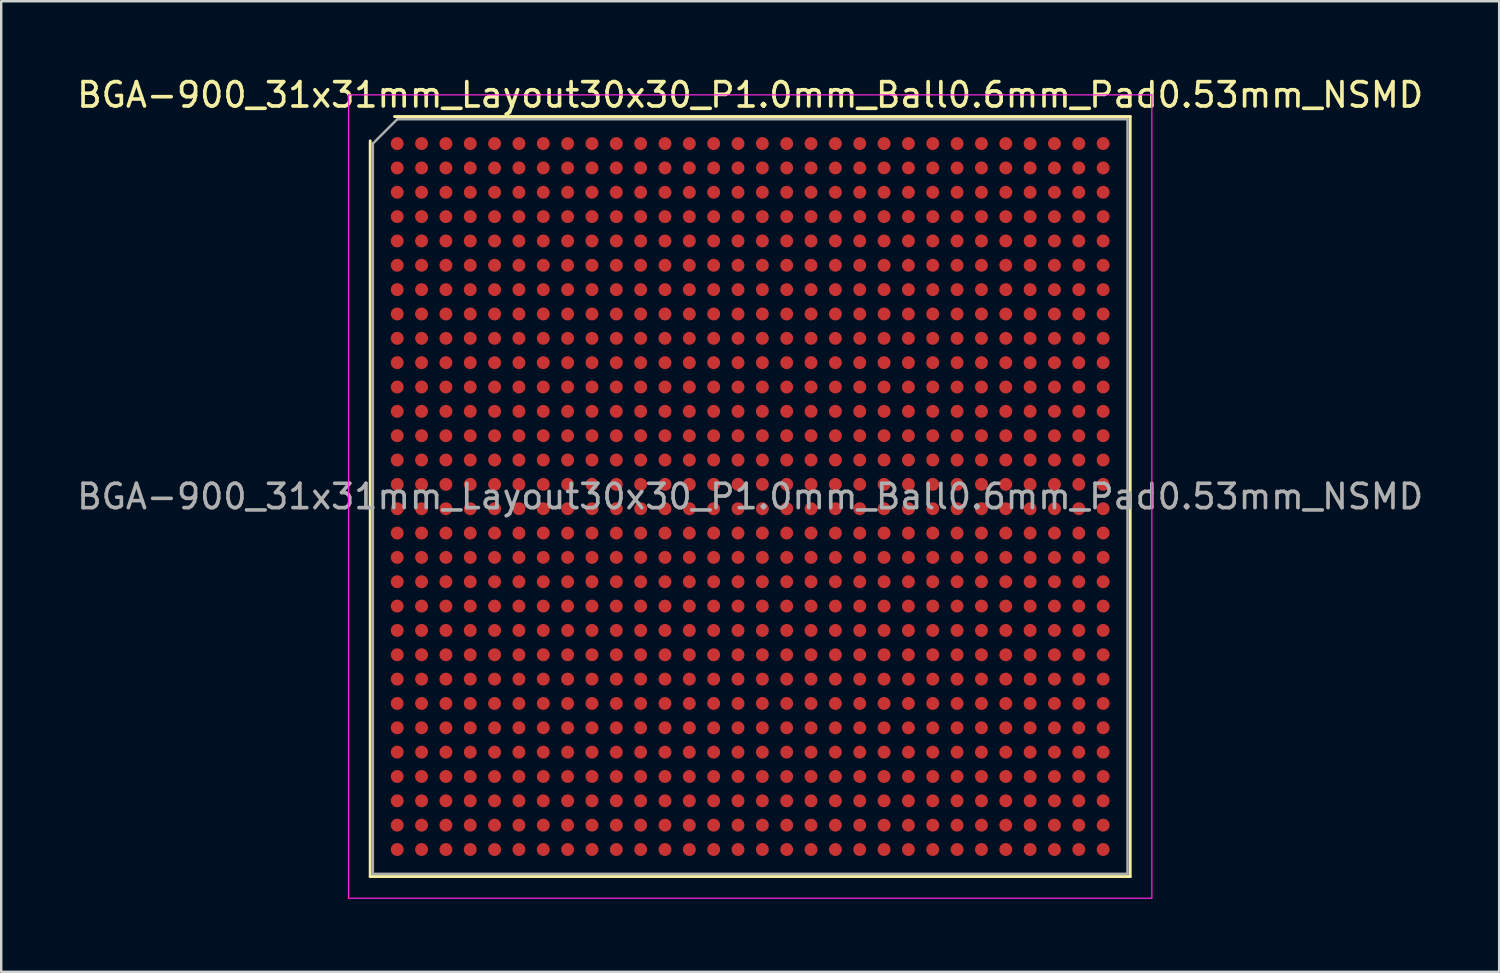
<source format=kicad_pcb>
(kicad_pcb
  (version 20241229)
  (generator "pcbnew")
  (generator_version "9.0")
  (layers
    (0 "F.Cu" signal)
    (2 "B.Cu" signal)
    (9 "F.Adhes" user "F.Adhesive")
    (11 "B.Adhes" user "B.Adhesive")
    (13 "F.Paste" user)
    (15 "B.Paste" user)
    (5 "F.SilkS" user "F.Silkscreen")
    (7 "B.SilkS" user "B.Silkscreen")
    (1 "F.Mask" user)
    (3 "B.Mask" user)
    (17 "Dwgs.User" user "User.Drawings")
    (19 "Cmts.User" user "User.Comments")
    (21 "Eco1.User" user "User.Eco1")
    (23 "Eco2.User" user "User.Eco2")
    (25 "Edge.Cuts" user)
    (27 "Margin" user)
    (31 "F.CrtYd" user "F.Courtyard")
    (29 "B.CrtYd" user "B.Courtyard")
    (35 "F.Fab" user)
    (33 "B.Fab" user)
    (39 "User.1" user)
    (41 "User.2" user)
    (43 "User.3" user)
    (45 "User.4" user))
  (footprint "BGA-900_31x31mm_Layout30x30_P1.0mm_Ball0.6mm_Pad0.53mm_NSMD"
    (layer "F.Cu")
    (at 27.768 17.348)
    (property "Reference" "BGA-900_31x31mm_Layout30x30_P1.0mm_Ball0.6mm_Pad0.53mm_NSMD" (at 0 -16.5 0) (layer "F.SilkS") (effects (font (size 1 1) (thickness 0.15))))
    (attr smd)
    (fp_line (start -15.61 15.61) (end -15.61 -14.61) (stroke (width 0.12) (type solid)) (layer "F.SilkS"))
    (fp_line (start -14.61 -15.61) (end 15.61 -15.61) (stroke (width 0.12) (type solid)) (layer "F.SilkS"))
    (fp_line (start 15.61 -15.61) (end 15.61 15.61) (stroke (width 0.12) (type solid)) (layer "F.SilkS"))
    (fp_line (start 15.61 15.61) (end -15.61 15.61) (stroke (width 0.12) (type solid)) (layer "F.SilkS"))
    (fp_line (start -16.5 -16.5) (end -16.5 16.5) (stroke (width 0.05) (type solid)) (layer "F.CrtYd"))
    (fp_line (start -16.5 16.5) (end 16.5 16.5) (stroke (width 0.05) (type solid)) (layer "F.CrtYd"))
    (fp_line (start 16.5 -16.5) (end -16.5 -16.5) (stroke (width 0.05) (type solid)) (layer "F.CrtYd"))
    (fp_line (start 16.5 16.5) (end 16.5 -16.5) (stroke (width 0.05) (type solid)) (layer "F.CrtYd"))
    (fp_line (start -15.5 -14.5) (end -14.5 -15.5) (stroke (width 0.1) (type solid)) (layer "F.Fab"))
    (fp_line (start -15.5 15.5) (end -15.5 -14.5) (stroke (width 0.1) (type solid)) (layer "F.Fab"))
    (fp_line (start -14.5 -15.5) (end 15.5 -15.5) (stroke (width 0.1) (type solid)) (layer "F.Fab"))
    (fp_line (start 15.5 -15.5) (end 15.5 15.5) (stroke (width 0.1) (type solid)) (layer "F.Fab"))
    (fp_line (start 15.5 15.5) (end -15.5 15.5) (stroke (width 0.1) (type solid)) (layer "F.Fab"))
    (fp_text user "${REFERENCE}" (at 0 0 0) (layer "F.Fab") (effects (font (size 1 1) (thickness 0.15))))
    (pad "A1" smd circle (at -14.5 -14.5) (size 0.53 0.53) (layers "F.Cu" "F.Mask" "F.Paste"))
    (pad "A2" smd circle (at -13.5 -14.5) (size 0.53 0.53) (layers "F.Cu" "F.Mask" "F.Paste"))
    (pad "A3" smd circle (at -12.5 -14.5) (size 0.53 0.53) (layers "F.Cu" "F.Mask" "F.Paste"))
    (pad "A4" smd circle (at -11.5 -14.5) (size 0.53 0.53) (layers "F.Cu" "F.Mask" "F.Paste"))
    (pad "A5" smd circle (at -10.5 -14.5) (size 0.53 0.53) (layers "F.Cu" "F.Mask" "F.Paste"))
    (pad "A6" smd circle (at -9.5 -14.5) (size 0.53 0.53) (layers "F.Cu" "F.Mask" "F.Paste"))
    (pad "A7" smd circle (at -8.5 -14.5) (size 0.53 0.53) (layers "F.Cu" "F.Mask" "F.Paste"))
    (pad "A8" smd circle (at -7.5 -14.5) (size 0.53 0.53) (layers "F.Cu" "F.Mask" "F.Paste"))
    (pad "A9" smd circle (at -6.5 -14.5) (size 0.53 0.53) (layers "F.Cu" "F.Mask" "F.Paste"))
    (pad "A10" smd circle (at -5.5 -14.5) (size 0.53 0.53) (layers "F.Cu" "F.Mask" "F.Paste"))
    (pad "A11" smd circle (at -4.5 -14.5) (size 0.53 0.53) (layers "F.Cu" "F.Mask" "F.Paste"))
    (pad "A12" smd circle (at -3.5 -14.5) (size 0.53 0.53) (layers "F.Cu" "F.Mask" "F.Paste"))
    (pad "A13" smd circle (at -2.5 -14.5) (size 0.53 0.53) (layers "F.Cu" "F.Mask" "F.Paste"))
    (pad "A14" smd circle (at -1.5 -14.5) (size 0.53 0.53) (layers "F.Cu" "F.Mask" "F.Paste"))
    (pad "A15" smd circle (at -0.5 -14.5) (size 0.53 0.53) (layers "F.Cu" "F.Mask" "F.Paste"))
    (pad "A16" smd circle (at 0.5 -14.5) (size 0.53 0.53) (layers "F.Cu" "F.Mask" "F.Paste"))
    (pad "A17" smd circle (at 1.5 -14.5) (size 0.53 0.53) (layers "F.Cu" "F.Mask" "F.Paste"))
    (pad "A18" smd circle (at 2.5 -14.5) (size 0.53 0.53) (layers "F.Cu" "F.Mask" "F.Paste"))
    (pad "A19" smd circle (at 3.5 -14.5) (size 0.53 0.53) (layers "F.Cu" "F.Mask" "F.Paste"))
    (pad "A20" smd circle (at 4.5 -14.5) (size 0.53 0.53) (layers "F.Cu" "F.Mask" "F.Paste"))
    (pad "A21" smd circle (at 5.5 -14.5) (size 0.53 0.53) (layers "F.Cu" "F.Mask" "F.Paste"))
    (pad "A22" smd circle (at 6.5 -14.5) (size 0.53 0.53) (layers "F.Cu" "F.Mask" "F.Paste"))
    (pad "A23" smd circle (at 7.5 -14.5) (size 0.53 0.53) (layers "F.Cu" "F.Mask" "F.Paste"))
    (pad "A24" smd circle (at 8.5 -14.5) (size 0.53 0.53) (layers "F.Cu" "F.Mask" "F.Paste"))
    (pad "A25" smd circle (at 9.5 -14.5) (size 0.53 0.53) (layers "F.Cu" "F.Mask" "F.Paste"))
    (pad "A26" smd circle (at 10.5 -14.5) (size 0.53 0.53) (layers "F.Cu" "F.Mask" "F.Paste"))
    (pad "A27" smd circle (at 11.5 -14.5) (size 0.53 0.53) (layers "F.Cu" "F.Mask" "F.Paste"))
    (pad "A28" smd circle (at 12.5 -14.5) (size 0.53 0.53) (layers "F.Cu" "F.Mask" "F.Paste"))
    (pad "A29" smd circle (at 13.5 -14.5) (size 0.53 0.53) (layers "F.Cu" "F.Mask" "F.Paste"))
    (pad "A30" smd circle (at 14.5 -14.5) (size 0.53 0.53) (layers "F.Cu" "F.Mask" "F.Paste"))
    (pad "AA1" smd circle (at -14.5 5.5) (size 0.53 0.53) (layers "F.Cu" "F.Mask" "F.Paste"))
    (pad "AA2" smd circle (at -13.5 5.5) (size 0.53 0.53) (layers "F.Cu" "F.Mask" "F.Paste"))
    (pad "AA3" smd circle (at -12.5 5.5) (size 0.53 0.53) (layers "F.Cu" "F.Mask" "F.Paste"))
    (pad "AA4" smd circle (at -11.5 5.5) (size 0.53 0.53) (layers "F.Cu" "F.Mask" "F.Paste"))
    (pad "AA5" smd circle (at -10.5 5.5) (size 0.53 0.53) (layers "F.Cu" "F.Mask" "F.Paste"))
    (pad "AA6" smd circle (at -9.5 5.5) (size 0.53 0.53) (layers "F.Cu" "F.Mask" "F.Paste"))
    (pad "AA7" smd circle (at -8.5 5.5) (size 0.53 0.53) (layers "F.Cu" "F.Mask" "F.Paste"))
    (pad "AA8" smd circle (at -7.5 5.5) (size 0.53 0.53) (layers "F.Cu" "F.Mask" "F.Paste"))
    (pad "AA9" smd circle (at -6.5 5.5) (size 0.53 0.53) (layers "F.Cu" "F.Mask" "F.Paste"))
    (pad "AA10" smd circle (at -5.5 5.5) (size 0.53 0.53) (layers "F.Cu" "F.Mask" "F.Paste"))
    (pad "AA11" smd circle (at -4.5 5.5) (size 0.53 0.53) (layers "F.Cu" "F.Mask" "F.Paste"))
    (pad "AA12" smd circle (at -3.5 5.5) (size 0.53 0.53) (layers "F.Cu" "F.Mask" "F.Paste"))
    (pad "AA13" smd circle (at -2.5 5.5) (size 0.53 0.53) (layers "F.Cu" "F.Mask" "F.Paste"))
    (pad "AA14" smd circle (at -1.5 5.5) (size 0.53 0.53) (layers "F.Cu" "F.Mask" "F.Paste"))
    (pad "AA15" smd circle (at -0.5 5.5) (size 0.53 0.53) (layers "F.Cu" "F.Mask" "F.Paste"))
    (pad "AA16" smd circle (at 0.5 5.5) (size 0.53 0.53) (layers "F.Cu" "F.Mask" "F.Paste"))
    (pad "AA17" smd circle (at 1.5 5.5) (size 0.53 0.53) (layers "F.Cu" "F.Mask" "F.Paste"))
    (pad "AA18" smd circle (at 2.5 5.5) (size 0.53 0.53) (layers "F.Cu" "F.Mask" "F.Paste"))
    (pad "AA19" smd circle (at 3.5 5.5) (size 0.53 0.53) (layers "F.Cu" "F.Mask" "F.Paste"))
    (pad "AA20" smd circle (at 4.5 5.5) (size 0.53 0.53) (layers "F.Cu" "F.Mask" "F.Paste"))
    (pad "AA21" smd circle (at 5.5 5.5) (size 0.53 0.53) (layers "F.Cu" "F.Mask" "F.Paste"))
    (pad "AA22" smd circle (at 6.5 5.5) (size 0.53 0.53) (layers "F.Cu" "F.Mask" "F.Paste"))
    (pad "AA23" smd circle (at 7.5 5.5) (size 0.53 0.53) (layers "F.Cu" "F.Mask" "F.Paste"))
    (pad "AA24" smd circle (at 8.5 5.5) (size 0.53 0.53) (layers "F.Cu" "F.Mask" "F.Paste"))
    (pad "AA25" smd circle (at 9.5 5.5) (size 0.53 0.53) (layers "F.Cu" "F.Mask" "F.Paste"))
    (pad "AA26" smd circle (at 10.5 5.5) (size 0.53 0.53) (layers "F.Cu" "F.Mask" "F.Paste"))
    (pad "AA27" smd circle (at 11.5 5.5) (size 0.53 0.53) (layers "F.Cu" "F.Mask" "F.Paste"))
    (pad "AA28" smd circle (at 12.5 5.5) (size 0.53 0.53) (layers "F.Cu" "F.Mask" "F.Paste"))
    (pad "AA29" smd circle (at 13.5 5.5) (size 0.53 0.53) (layers "F.Cu" "F.Mask" "F.Paste"))
    (pad "AA30" smd circle (at 14.5 5.5) (size 0.53 0.53) (layers "F.Cu" "F.Mask" "F.Paste"))
    (pad "AB1" smd circle (at -14.5 6.5) (size 0.53 0.53) (layers "F.Cu" "F.Mask" "F.Paste"))
    (pad "AB2" smd circle (at -13.5 6.5) (size 0.53 0.53) (layers "F.Cu" "F.Mask" "F.Paste"))
    (pad "AB3" smd circle (at -12.5 6.5) (size 0.53 0.53) (layers "F.Cu" "F.Mask" "F.Paste"))
    (pad "AB4" smd circle (at -11.5 6.5) (size 0.53 0.53) (layers "F.Cu" "F.Mask" "F.Paste"))
    (pad "AB5" smd circle (at -10.5 6.5) (size 0.53 0.53) (layers "F.Cu" "F.Mask" "F.Paste"))
    (pad "AB6" smd circle (at -9.5 6.5) (size 0.53 0.53) (layers "F.Cu" "F.Mask" "F.Paste"))
    (pad "AB7" smd circle (at -8.5 6.5) (size 0.53 0.53) (layers "F.Cu" "F.Mask" "F.Paste"))
    (pad "AB8" smd circle (at -7.5 6.5) (size 0.53 0.53) (layers "F.Cu" "F.Mask" "F.Paste"))
    (pad "AB9" smd circle (at -6.5 6.5) (size 0.53 0.53) (layers "F.Cu" "F.Mask" "F.Paste"))
    (pad "AB10" smd circle (at -5.5 6.5) (size 0.53 0.53) (layers "F.Cu" "F.Mask" "F.Paste"))
    (pad "AB11" smd circle (at -4.5 6.5) (size 0.53 0.53) (layers "F.Cu" "F.Mask" "F.Paste"))
    (pad "AB12" smd circle (at -3.5 6.5) (size 0.53 0.53) (layers "F.Cu" "F.Mask" "F.Paste"))
    (pad "AB13" smd circle (at -2.5 6.5) (size 0.53 0.53) (layers "F.Cu" "F.Mask" "F.Paste"))
    (pad "AB14" smd circle (at -1.5 6.5) (size 0.53 0.53) (layers "F.Cu" "F.Mask" "F.Paste"))
    (pad "AB15" smd circle (at -0.5 6.5) (size 0.53 0.53) (layers "F.Cu" "F.Mask" "F.Paste"))
    (pad "AB16" smd circle (at 0.5 6.5) (size 0.53 0.53) (layers "F.Cu" "F.Mask" "F.Paste"))
    (pad "AB17" smd circle (at 1.5 6.5) (size 0.53 0.53) (layers "F.Cu" "F.Mask" "F.Paste"))
    (pad "AB18" smd circle (at 2.5 6.5) (size 0.53 0.53) (layers "F.Cu" "F.Mask" "F.Paste"))
    (pad "AB19" smd circle (at 3.5 6.5) (size 0.53 0.53) (layers "F.Cu" "F.Mask" "F.Paste"))
    (pad "AB20" smd circle (at 4.5 6.5) (size 0.53 0.53) (layers "F.Cu" "F.Mask" "F.Paste"))
    (pad "AB21" smd circle (at 5.5 6.5) (size 0.53 0.53) (layers "F.Cu" "F.Mask" "F.Paste"))
    (pad "AB22" smd circle (at 6.5 6.5) (size 0.53 0.53) (layers "F.Cu" "F.Mask" "F.Paste"))
    (pad "AB23" smd circle (at 7.5 6.5) (size 0.53 0.53) (layers "F.Cu" "F.Mask" "F.Paste"))
    (pad "AB24" smd circle (at 8.5 6.5) (size 0.53 0.53) (layers "F.Cu" "F.Mask" "F.Paste"))
    (pad "AB25" smd circle (at 9.5 6.5) (size 0.53 0.53) (layers "F.Cu" "F.Mask" "F.Paste"))
    (pad "AB26" smd circle (at 10.5 6.5) (size 0.53 0.53) (layers "F.Cu" "F.Mask" "F.Paste"))
    (pad "AB27" smd circle (at 11.5 6.5) (size 0.53 0.53) (layers "F.Cu" "F.Mask" "F.Paste"))
    (pad "AB28" smd circle (at 12.5 6.5) (size 0.53 0.53) (layers "F.Cu" "F.Mask" "F.Paste"))
    (pad "AB29" smd circle (at 13.5 6.5) (size 0.53 0.53) (layers "F.Cu" "F.Mask" "F.Paste"))
    (pad "AB30" smd circle (at 14.5 6.5) (size 0.53 0.53) (layers "F.Cu" "F.Mask" "F.Paste"))
    (pad "AC1" smd circle (at -14.5 7.5) (size 0.53 0.53) (layers "F.Cu" "F.Mask" "F.Paste"))
    (pad "AC2" smd circle (at -13.5 7.5) (size 0.53 0.53) (layers "F.Cu" "F.Mask" "F.Paste"))
    (pad "AC3" smd circle (at -12.5 7.5) (size 0.53 0.53) (layers "F.Cu" "F.Mask" "F.Paste"))
    (pad "AC4" smd circle (at -11.5 7.5) (size 0.53 0.53) (layers "F.Cu" "F.Mask" "F.Paste"))
    (pad "AC5" smd circle (at -10.5 7.5) (size 0.53 0.53) (layers "F.Cu" "F.Mask" "F.Paste"))
    (pad "AC6" smd circle (at -9.5 7.5) (size 0.53 0.53) (layers "F.Cu" "F.Mask" "F.Paste"))
    (pad "AC7" smd circle (at -8.5 7.5) (size 0.53 0.53) (layers "F.Cu" "F.Mask" "F.Paste"))
    (pad "AC8" smd circle (at -7.5 7.5) (size 0.53 0.53) (layers "F.Cu" "F.Mask" "F.Paste"))
    (pad "AC9" smd circle (at -6.5 7.5) (size 0.53 0.53) (layers "F.Cu" "F.Mask" "F.Paste"))
    (pad "AC10" smd circle (at -5.5 7.5) (size 0.53 0.53) (layers "F.Cu" "F.Mask" "F.Paste"))
    (pad "AC11" smd circle (at -4.5 7.5) (size 0.53 0.53) (layers "F.Cu" "F.Mask" "F.Paste"))
    (pad "AC12" smd circle (at -3.5 7.5) (size 0.53 0.53) (layers "F.Cu" "F.Mask" "F.Paste"))
    (pad "AC13" smd circle (at -2.5 7.5) (size 0.53 0.53) (layers "F.Cu" "F.Mask" "F.Paste"))
    (pad "AC14" smd circle (at -1.5 7.5) (size 0.53 0.53) (layers "F.Cu" "F.Mask" "F.Paste"))
    (pad "AC15" smd circle (at -0.5 7.5) (size 0.53 0.53) (layers "F.Cu" "F.Mask" "F.Paste"))
    (pad "AC16" smd circle (at 0.5 7.5) (size 0.53 0.53) (layers "F.Cu" "F.Mask" "F.Paste"))
    (pad "AC17" smd circle (at 1.5 7.5) (size 0.53 0.53) (layers "F.Cu" "F.Mask" "F.Paste"))
    (pad "AC18" smd circle (at 2.5 7.5) (size 0.53 0.53) (layers "F.Cu" "F.Mask" "F.Paste"))
    (pad "AC19" smd circle (at 3.5 7.5) (size 0.53 0.53) (layers "F.Cu" "F.Mask" "F.Paste"))
    (pad "AC20" smd circle (at 4.5 7.5) (size 0.53 0.53) (layers "F.Cu" "F.Mask" "F.Paste"))
    (pad "AC21" smd circle (at 5.5 7.5) (size 0.53 0.53) (layers "F.Cu" "F.Mask" "F.Paste"))
    (pad "AC22" smd circle (at 6.5 7.5) (size 0.53 0.53) (layers "F.Cu" "F.Mask" "F.Paste"))
    (pad "AC23" smd circle (at 7.5 7.5) (size 0.53 0.53) (layers "F.Cu" "F.Mask" "F.Paste"))
    (pad "AC24" smd circle (at 8.5 7.5) (size 0.53 0.53) (layers "F.Cu" "F.Mask" "F.Paste"))
    (pad "AC25" smd circle (at 9.5 7.5) (size 0.53 0.53) (layers "F.Cu" "F.Mask" "F.Paste"))
    (pad "AC26" smd circle (at 10.5 7.5) (size 0.53 0.53) (layers "F.Cu" "F.Mask" "F.Paste"))
    (pad "AC27" smd circle (at 11.5 7.5) (size 0.53 0.53) (layers "F.Cu" "F.Mask" "F.Paste"))
    (pad "AC28" smd circle (at 12.5 7.5) (size 0.53 0.53) (layers "F.Cu" "F.Mask" "F.Paste"))
    (pad "AC29" smd circle (at 13.5 7.5) (size 0.53 0.53) (layers "F.Cu" "F.Mask" "F.Paste"))
    (pad "AC30" smd circle (at 14.5 7.5) (size 0.53 0.53) (layers "F.Cu" "F.Mask" "F.Paste"))
    (pad "AD1" smd circle (at -14.5 8.5) (size 0.53 0.53) (layers "F.Cu" "F.Mask" "F.Paste"))
    (pad "AD2" smd circle (at -13.5 8.5) (size 0.53 0.53) (layers "F.Cu" "F.Mask" "F.Paste"))
    (pad "AD3" smd circle (at -12.5 8.5) (size 0.53 0.53) (layers "F.Cu" "F.Mask" "F.Paste"))
    (pad "AD4" smd circle (at -11.5 8.5) (size 0.53 0.53) (layers "F.Cu" "F.Mask" "F.Paste"))
    (pad "AD5" smd circle (at -10.5 8.5) (size 0.53 0.53) (layers "F.Cu" "F.Mask" "F.Paste"))
    (pad "AD6" smd circle (at -9.5 8.5) (size 0.53 0.53) (layers "F.Cu" "F.Mask" "F.Paste"))
    (pad "AD7" smd circle (at -8.5 8.5) (size 0.53 0.53) (layers "F.Cu" "F.Mask" "F.Paste"))
    (pad "AD8" smd circle (at -7.5 8.5) (size 0.53 0.53) (layers "F.Cu" "F.Mask" "F.Paste"))
    (pad "AD9" smd circle (at -6.5 8.5) (size 0.53 0.53) (layers "F.Cu" "F.Mask" "F.Paste"))
    (pad "AD10" smd circle (at -5.5 8.5) (size 0.53 0.53) (layers "F.Cu" "F.Mask" "F.Paste"))
    (pad "AD11" smd circle (at -4.5 8.5) (size 0.53 0.53) (layers "F.Cu" "F.Mask" "F.Paste"))
    (pad "AD12" smd circle (at -3.5 8.5) (size 0.53 0.53) (layers "F.Cu" "F.Mask" "F.Paste"))
    (pad "AD13" smd circle (at -2.5 8.5) (size 0.53 0.53) (layers "F.Cu" "F.Mask" "F.Paste"))
    (pad "AD14" smd circle (at -1.5 8.5) (size 0.53 0.53) (layers "F.Cu" "F.Mask" "F.Paste"))
    (pad "AD15" smd circle (at -0.5 8.5) (size 0.53 0.53) (layers "F.Cu" "F.Mask" "F.Paste"))
    (pad "AD16" smd circle (at 0.5 8.5) (size 0.53 0.53) (layers "F.Cu" "F.Mask" "F.Paste"))
    (pad "AD17" smd circle (at 1.5 8.5) (size 0.53 0.53) (layers "F.Cu" "F.Mask" "F.Paste"))
    (pad "AD18" smd circle (at 2.5 8.5) (size 0.53 0.53) (layers "F.Cu" "F.Mask" "F.Paste"))
    (pad "AD19" smd circle (at 3.5 8.5) (size 0.53 0.53) (layers "F.Cu" "F.Mask" "F.Paste"))
    (pad "AD20" smd circle (at 4.5 8.5) (size 0.53 0.53) (layers "F.Cu" "F.Mask" "F.Paste"))
    (pad "AD21" smd circle (at 5.5 8.5) (size 0.53 0.53) (layers "F.Cu" "F.Mask" "F.Paste"))
    (pad "AD22" smd circle (at 6.5 8.5) (size 0.53 0.53) (layers "F.Cu" "F.Mask" "F.Paste"))
    (pad "AD23" smd circle (at 7.5 8.5) (size 0.53 0.53) (layers "F.Cu" "F.Mask" "F.Paste"))
    (pad "AD24" smd circle (at 8.5 8.5) (size 0.53 0.53) (layers "F.Cu" "F.Mask" "F.Paste"))
    (pad "AD25" smd circle (at 9.5 8.5) (size 0.53 0.53) (layers "F.Cu" "F.Mask" "F.Paste"))
    (pad "AD26" smd circle (at 10.5 8.5) (size 0.53 0.53) (layers "F.Cu" "F.Mask" "F.Paste"))
    (pad "AD27" smd circle (at 11.5 8.5) (size 0.53 0.53) (layers "F.Cu" "F.Mask" "F.Paste"))
    (pad "AD28" smd circle (at 12.5 8.5) (size 0.53 0.53) (layers "F.Cu" "F.Mask" "F.Paste"))
    (pad "AD29" smd circle (at 13.5 8.5) (size 0.53 0.53) (layers "F.Cu" "F.Mask" "F.Paste"))
    (pad "AD30" smd circle (at 14.5 8.5) (size 0.53 0.53) (layers "F.Cu" "F.Mask" "F.Paste"))
    (pad "AE1" smd circle (at -14.5 9.5) (size 0.53 0.53) (layers "F.Cu" "F.Mask" "F.Paste"))
    (pad "AE2" smd circle (at -13.5 9.5) (size 0.53 0.53) (layers "F.Cu" "F.Mask" "F.Paste"))
    (pad "AE3" smd circle (at -12.5 9.5) (size 0.53 0.53) (layers "F.Cu" "F.Mask" "F.Paste"))
    (pad "AE4" smd circle (at -11.5 9.5) (size 0.53 0.53) (layers "F.Cu" "F.Mask" "F.Paste"))
    (pad "AE5" smd circle (at -10.5 9.5) (size 0.53 0.53) (layers "F.Cu" "F.Mask" "F.Paste"))
    (pad "AE6" smd circle (at -9.5 9.5) (size 0.53 0.53) (layers "F.Cu" "F.Mask" "F.Paste"))
    (pad "AE7" smd circle (at -8.5 9.5) (size 0.53 0.53) (layers "F.Cu" "F.Mask" "F.Paste"))
    (pad "AE8" smd circle (at -7.5 9.5) (size 0.53 0.53) (layers "F.Cu" "F.Mask" "F.Paste"))
    (pad "AE9" smd circle (at -6.5 9.5) (size 0.53 0.53) (layers "F.Cu" "F.Mask" "F.Paste"))
    (pad "AE10" smd circle (at -5.5 9.5) (size 0.53 0.53) (layers "F.Cu" "F.Mask" "F.Paste"))
    (pad "AE11" smd circle (at -4.5 9.5) (size 0.53 0.53) (layers "F.Cu" "F.Mask" "F.Paste"))
    (pad "AE12" smd circle (at -3.5 9.5) (size 0.53 0.53) (layers "F.Cu" "F.Mask" "F.Paste"))
    (pad "AE13" smd circle (at -2.5 9.5) (size 0.53 0.53) (layers "F.Cu" "F.Mask" "F.Paste"))
    (pad "AE14" smd circle (at -1.5 9.5) (size 0.53 0.53) (layers "F.Cu" "F.Mask" "F.Paste"))
    (pad "AE15" smd circle (at -0.5 9.5) (size 0.53 0.53) (layers "F.Cu" "F.Mask" "F.Paste"))
    (pad "AE16" smd circle (at 0.5 9.5) (size 0.53 0.53) (layers "F.Cu" "F.Mask" "F.Paste"))
    (pad "AE17" smd circle (at 1.5 9.5) (size 0.53 0.53) (layers "F.Cu" "F.Mask" "F.Paste"))
    (pad "AE18" smd circle (at 2.5 9.5) (size 0.53 0.53) (layers "F.Cu" "F.Mask" "F.Paste"))
    (pad "AE19" smd circle (at 3.5 9.5) (size 0.53 0.53) (layers "F.Cu" "F.Mask" "F.Paste"))
    (pad "AE20" smd circle (at 4.5 9.5) (size 0.53 0.53) (layers "F.Cu" "F.Mask" "F.Paste"))
    (pad "AE21" smd circle (at 5.5 9.5) (size 0.53 0.53) (layers "F.Cu" "F.Mask" "F.Paste"))
    (pad "AE22" smd circle (at 6.5 9.5) (size 0.53 0.53) (layers "F.Cu" "F.Mask" "F.Paste"))
    (pad "AE23" smd circle (at 7.5 9.5) (size 0.53 0.53) (layers "F.Cu" "F.Mask" "F.Paste"))
    (pad "AE24" smd circle (at 8.5 9.5) (size 0.53 0.53) (layers "F.Cu" "F.Mask" "F.Paste"))
    (pad "AE25" smd circle (at 9.5 9.5) (size 0.53 0.53) (layers "F.Cu" "F.Mask" "F.Paste"))
    (pad "AE26" smd circle (at 10.5 9.5) (size 0.53 0.53) (layers "F.Cu" "F.Mask" "F.Paste"))
    (pad "AE27" smd circle (at 11.5 9.5) (size 0.53 0.53) (layers "F.Cu" "F.Mask" "F.Paste"))
    (pad "AE28" smd circle (at 12.5 9.5) (size 0.53 0.53) (layers "F.Cu" "F.Mask" "F.Paste"))
    (pad "AE29" smd circle (at 13.5 9.5) (size 0.53 0.53) (layers "F.Cu" "F.Mask" "F.Paste"))
    (pad "AE30" smd circle (at 14.5 9.5) (size 0.53 0.53) (layers "F.Cu" "F.Mask" "F.Paste"))
    (pad "AF1" smd circle (at -14.5 10.5) (size 0.53 0.53) (layers "F.Cu" "F.Mask" "F.Paste"))
    (pad "AF2" smd circle (at -13.5 10.5) (size 0.53 0.53) (layers "F.Cu" "F.Mask" "F.Paste"))
    (pad "AF3" smd circle (at -12.5 10.5) (size 0.53 0.53) (layers "F.Cu" "F.Mask" "F.Paste"))
    (pad "AF4" smd circle (at -11.5 10.5) (size 0.53 0.53) (layers "F.Cu" "F.Mask" "F.Paste"))
    (pad "AF5" smd circle (at -10.5 10.5) (size 0.53 0.53) (layers "F.Cu" "F.Mask" "F.Paste"))
    (pad "AF6" smd circle (at -9.5 10.5) (size 0.53 0.53) (layers "F.Cu" "F.Mask" "F.Paste"))
    (pad "AF7" smd circle (at -8.5 10.5) (size 0.53 0.53) (layers "F.Cu" "F.Mask" "F.Paste"))
    (pad "AF8" smd circle (at -7.5 10.5) (size 0.53 0.53) (layers "F.Cu" "F.Mask" "F.Paste"))
    (pad "AF9" smd circle (at -6.5 10.5) (size 0.53 0.53) (layers "F.Cu" "F.Mask" "F.Paste"))
    (pad "AF10" smd circle (at -5.5 10.5) (size 0.53 0.53) (layers "F.Cu" "F.Mask" "F.Paste"))
    (pad "AF11" smd circle (at -4.5 10.5) (size 0.53 0.53) (layers "F.Cu" "F.Mask" "F.Paste"))
    (pad "AF12" smd circle (at -3.5 10.5) (size 0.53 0.53) (layers "F.Cu" "F.Mask" "F.Paste"))
    (pad "AF13" smd circle (at -2.5 10.5) (size 0.53 0.53) (layers "F.Cu" "F.Mask" "F.Paste"))
    (pad "AF14" smd circle (at -1.5 10.5) (size 0.53 0.53) (layers "F.Cu" "F.Mask" "F.Paste"))
    (pad "AF15" smd circle (at -0.5 10.5) (size 0.53 0.53) (layers "F.Cu" "F.Mask" "F.Paste"))
    (pad "AF16" smd circle (at 0.5 10.5) (size 0.53 0.53) (layers "F.Cu" "F.Mask" "F.Paste"))
    (pad "AF17" smd circle (at 1.5 10.5) (size 0.53 0.53) (layers "F.Cu" "F.Mask" "F.Paste"))
    (pad "AF18" smd circle (at 2.5 10.5) (size 0.53 0.53) (layers "F.Cu" "F.Mask" "F.Paste"))
    (pad "AF19" smd circle (at 3.5 10.5) (size 0.53 0.53) (layers "F.Cu" "F.Mask" "F.Paste"))
    (pad "AF20" smd circle (at 4.5 10.5) (size 0.53 0.53) (layers "F.Cu" "F.Mask" "F.Paste"))
    (pad "AF21" smd circle (at 5.5 10.5) (size 0.53 0.53) (layers "F.Cu" "F.Mask" "F.Paste"))
    (pad "AF22" smd circle (at 6.5 10.5) (size 0.53 0.53) (layers "F.Cu" "F.Mask" "F.Paste"))
    (pad "AF23" smd circle (at 7.5 10.5) (size 0.53 0.53) (layers "F.Cu" "F.Mask" "F.Paste"))
    (pad "AF24" smd circle (at 8.5 10.5) (size 0.53 0.53) (layers "F.Cu" "F.Mask" "F.Paste"))
    (pad "AF25" smd circle (at 9.5 10.5) (size 0.53 0.53) (layers "F.Cu" "F.Mask" "F.Paste"))
    (pad "AF26" smd circle (at 10.5 10.5) (size 0.53 0.53) (layers "F.Cu" "F.Mask" "F.Paste"))
    (pad "AF27" smd circle (at 11.5 10.5) (size 0.53 0.53) (layers "F.Cu" "F.Mask" "F.Paste"))
    (pad "AF28" smd circle (at 12.5 10.5) (size 0.53 0.53) (layers "F.Cu" "F.Mask" "F.Paste"))
    (pad "AF29" smd circle (at 13.5 10.5) (size 0.53 0.53) (layers "F.Cu" "F.Mask" "F.Paste"))
    (pad "AF30" smd circle (at 14.5 10.5) (size 0.53 0.53) (layers "F.Cu" "F.Mask" "F.Paste"))
    (pad "AG1" smd circle (at -14.5 11.5) (size 0.53 0.53) (layers "F.Cu" "F.Mask" "F.Paste"))
    (pad "AG2" smd circle (at -13.5 11.5) (size 0.53 0.53) (layers "F.Cu" "F.Mask" "F.Paste"))
    (pad "AG3" smd circle (at -12.5 11.5) (size 0.53 0.53) (layers "F.Cu" "F.Mask" "F.Paste"))
    (pad "AG4" smd circle (at -11.5 11.5) (size 0.53 0.53) (layers "F.Cu" "F.Mask" "F.Paste"))
    (pad "AG5" smd circle (at -10.5 11.5) (size 0.53 0.53) (layers "F.Cu" "F.Mask" "F.Paste"))
    (pad "AG6" smd circle (at -9.5 11.5) (size 0.53 0.53) (layers "F.Cu" "F.Mask" "F.Paste"))
    (pad "AG7" smd circle (at -8.5 11.5) (size 0.53 0.53) (layers "F.Cu" "F.Mask" "F.Paste"))
    (pad "AG8" smd circle (at -7.5 11.5) (size 0.53 0.53) (layers "F.Cu" "F.Mask" "F.Paste"))
    (pad "AG9" smd circle (at -6.5 11.5) (size 0.53 0.53) (layers "F.Cu" "F.Mask" "F.Paste"))
    (pad "AG10" smd circle (at -5.5 11.5) (size 0.53 0.53) (layers "F.Cu" "F.Mask" "F.Paste"))
    (pad "AG11" smd circle (at -4.5 11.5) (size 0.53 0.53) (layers "F.Cu" "F.Mask" "F.Paste"))
    (pad "AG12" smd circle (at -3.5 11.5) (size 0.53 0.53) (layers "F.Cu" "F.Mask" "F.Paste"))
    (pad "AG13" smd circle (at -2.5 11.5) (size 0.53 0.53) (layers "F.Cu" "F.Mask" "F.Paste"))
    (pad "AG14" smd circle (at -1.5 11.5) (size 0.53 0.53) (layers "F.Cu" "F.Mask" "F.Paste"))
    (pad "AG15" smd circle (at -0.5 11.5) (size 0.53 0.53) (layers "F.Cu" "F.Mask" "F.Paste"))
    (pad "AG16" smd circle (at 0.5 11.5) (size 0.53 0.53) (layers "F.Cu" "F.Mask" "F.Paste"))
    (pad "AG17" smd circle (at 1.5 11.5) (size 0.53 0.53) (layers "F.Cu" "F.Mask" "F.Paste"))
    (pad "AG18" smd circle (at 2.5 11.5) (size 0.53 0.53) (layers "F.Cu" "F.Mask" "F.Paste"))
    (pad "AG19" smd circle (at 3.5 11.5) (size 0.53 0.53) (layers "F.Cu" "F.Mask" "F.Paste"))
    (pad "AG20" smd circle (at 4.5 11.5) (size 0.53 0.53) (layers "F.Cu" "F.Mask" "F.Paste"))
    (pad "AG21" smd circle (at 5.5 11.5) (size 0.53 0.53) (layers "F.Cu" "F.Mask" "F.Paste"))
    (pad "AG22" smd circle (at 6.5 11.5) (size 0.53 0.53) (layers "F.Cu" "F.Mask" "F.Paste"))
    (pad "AG23" smd circle (at 7.5 11.5) (size 0.53 0.53) (layers "F.Cu" "F.Mask" "F.Paste"))
    (pad "AG24" smd circle (at 8.5 11.5) (size 0.53 0.53) (layers "F.Cu" "F.Mask" "F.Paste"))
    (pad "AG25" smd circle (at 9.5 11.5) (size 0.53 0.53) (layers "F.Cu" "F.Mask" "F.Paste"))
    (pad "AG26" smd circle (at 10.5 11.5) (size 0.53 0.53) (layers "F.Cu" "F.Mask" "F.Paste"))
    (pad "AG27" smd circle (at 11.5 11.5) (size 0.53 0.53) (layers "F.Cu" "F.Mask" "F.Paste"))
    (pad "AG28" smd circle (at 12.5 11.5) (size 0.53 0.53) (layers "F.Cu" "F.Mask" "F.Paste"))
    (pad "AG29" smd circle (at 13.5 11.5) (size 0.53 0.53) (layers "F.Cu" "F.Mask" "F.Paste"))
    (pad "AG30" smd circle (at 14.5 11.5) (size 0.53 0.53) (layers "F.Cu" "F.Mask" "F.Paste"))
    (pad "AH1" smd circle (at -14.5 12.5) (size 0.53 0.53) (layers "F.Cu" "F.Mask" "F.Paste"))
    (pad "AH2" smd circle (at -13.5 12.5) (size 0.53 0.53) (layers "F.Cu" "F.Mask" "F.Paste"))
    (pad "AH3" smd circle (at -12.5 12.5) (size 0.53 0.53) (layers "F.Cu" "F.Mask" "F.Paste"))
    (pad "AH4" smd circle (at -11.5 12.5) (size 0.53 0.53) (layers "F.Cu" "F.Mask" "F.Paste"))
    (pad "AH5" smd circle (at -10.5 12.5) (size 0.53 0.53) (layers "F.Cu" "F.Mask" "F.Paste"))
    (pad "AH6" smd circle (at -9.5 12.5) (size 0.53 0.53) (layers "F.Cu" "F.Mask" "F.Paste"))
    (pad "AH7" smd circle (at -8.5 12.5) (size 0.53 0.53) (layers "F.Cu" "F.Mask" "F.Paste"))
    (pad "AH8" smd circle (at -7.5 12.5) (size 0.53 0.53) (layers "F.Cu" "F.Mask" "F.Paste"))
    (pad "AH9" smd circle (at -6.5 12.5) (size 0.53 0.53) (layers "F.Cu" "F.Mask" "F.Paste"))
    (pad "AH10" smd circle (at -5.5 12.5) (size 0.53 0.53) (layers "F.Cu" "F.Mask" "F.Paste"))
    (pad "AH11" smd circle (at -4.5 12.5) (size 0.53 0.53) (layers "F.Cu" "F.Mask" "F.Paste"))
    (pad "AH12" smd circle (at -3.5 12.5) (size 0.53 0.53) (layers "F.Cu" "F.Mask" "F.Paste"))
    (pad "AH13" smd circle (at -2.5 12.5) (size 0.53 0.53) (layers "F.Cu" "F.Mask" "F.Paste"))
    (pad "AH14" smd circle (at -1.5 12.5) (size 0.53 0.53) (layers "F.Cu" "F.Mask" "F.Paste"))
    (pad "AH15" smd circle (at -0.5 12.5) (size 0.53 0.53) (layers "F.Cu" "F.Mask" "F.Paste"))
    (pad "AH16" smd circle (at 0.5 12.5) (size 0.53 0.53) (layers "F.Cu" "F.Mask" "F.Paste"))
    (pad "AH17" smd circle (at 1.5 12.5) (size 0.53 0.53) (layers "F.Cu" "F.Mask" "F.Paste"))
    (pad "AH18" smd circle (at 2.5 12.5) (size 0.53 0.53) (layers "F.Cu" "F.Mask" "F.Paste"))
    (pad "AH19" smd circle (at 3.5 12.5) (size 0.53 0.53) (layers "F.Cu" "F.Mask" "F.Paste"))
    (pad "AH20" smd circle (at 4.5 12.5) (size 0.53 0.53) (layers "F.Cu" "F.Mask" "F.Paste"))
    (pad "AH21" smd circle (at 5.5 12.5) (size 0.53 0.53) (layers "F.Cu" "F.Mask" "F.Paste"))
    (pad "AH22" smd circle (at 6.5 12.5) (size 0.53 0.53) (layers "F.Cu" "F.Mask" "F.Paste"))
    (pad "AH23" smd circle (at 7.5 12.5) (size 0.53 0.53) (layers "F.Cu" "F.Mask" "F.Paste"))
    (pad "AH24" smd circle (at 8.5 12.5) (size 0.53 0.53) (layers "F.Cu" "F.Mask" "F.Paste"))
    (pad "AH25" smd circle (at 9.5 12.5) (size 0.53 0.53) (layers "F.Cu" "F.Mask" "F.Paste"))
    (pad "AH26" smd circle (at 10.5 12.5) (size 0.53 0.53) (layers "F.Cu" "F.Mask" "F.Paste"))
    (pad "AH27" smd circle (at 11.5 12.5) (size 0.53 0.53) (layers "F.Cu" "F.Mask" "F.Paste"))
    (pad "AH28" smd circle (at 12.5 12.5) (size 0.53 0.53) (layers "F.Cu" "F.Mask" "F.Paste"))
    (pad "AH29" smd circle (at 13.5 12.5) (size 0.53 0.53) (layers "F.Cu" "F.Mask" "F.Paste"))
    (pad "AH30" smd circle (at 14.5 12.5) (size 0.53 0.53) (layers "F.Cu" "F.Mask" "F.Paste"))
    (pad "AJ1" smd circle (at -14.5 13.5) (size 0.53 0.53) (layers "F.Cu" "F.Mask" "F.Paste"))
    (pad "AJ2" smd circle (at -13.5 13.5) (size 0.53 0.53) (layers "F.Cu" "F.Mask" "F.Paste"))
    (pad "AJ3" smd circle (at -12.5 13.5) (size 0.53 0.53) (layers "F.Cu" "F.Mask" "F.Paste"))
    (pad "AJ4" smd circle (at -11.5 13.5) (size 0.53 0.53) (layers "F.Cu" "F.Mask" "F.Paste"))
    (pad "AJ5" smd circle (at -10.5 13.5) (size 0.53 0.53) (layers "F.Cu" "F.Mask" "F.Paste"))
    (pad "AJ6" smd circle (at -9.5 13.5) (size 0.53 0.53) (layers "F.Cu" "F.Mask" "F.Paste"))
    (pad "AJ7" smd circle (at -8.5 13.5) (size 0.53 0.53) (layers "F.Cu" "F.Mask" "F.Paste"))
    (pad "AJ8" smd circle (at -7.5 13.5) (size 0.53 0.53) (layers "F.Cu" "F.Mask" "F.Paste"))
    (pad "AJ9" smd circle (at -6.5 13.5) (size 0.53 0.53) (layers "F.Cu" "F.Mask" "F.Paste"))
    (pad "AJ10" smd circle (at -5.5 13.5) (size 0.53 0.53) (layers "F.Cu" "F.Mask" "F.Paste"))
    (pad "AJ11" smd circle (at -4.5 13.5) (size 0.53 0.53) (layers "F.Cu" "F.Mask" "F.Paste"))
    (pad "AJ12" smd circle (at -3.5 13.5) (size 0.53 0.53) (layers "F.Cu" "F.Mask" "F.Paste"))
    (pad "AJ13" smd circle (at -2.5 13.5) (size 0.53 0.53) (layers "F.Cu" "F.Mask" "F.Paste"))
    (pad "AJ14" smd circle (at -1.5 13.5) (size 0.53 0.53) (layers "F.Cu" "F.Mask" "F.Paste"))
    (pad "AJ15" smd circle (at -0.5 13.5) (size 0.53 0.53) (layers "F.Cu" "F.Mask" "F.Paste"))
    (pad "AJ16" smd circle (at 0.5 13.5) (size 0.53 0.53) (layers "F.Cu" "F.Mask" "F.Paste"))
    (pad "AJ17" smd circle (at 1.5 13.5) (size 0.53 0.53) (layers "F.Cu" "F.Mask" "F.Paste"))
    (pad "AJ18" smd circle (at 2.5 13.5) (size 0.53 0.53) (layers "F.Cu" "F.Mask" "F.Paste"))
    (pad "AJ19" smd circle (at 3.5 13.5) (size 0.53 0.53) (layers "F.Cu" "F.Mask" "F.Paste"))
    (pad "AJ20" smd circle (at 4.5 13.5) (size 0.53 0.53) (layers "F.Cu" "F.Mask" "F.Paste"))
    (pad "AJ21" smd circle (at 5.5 13.5) (size 0.53 0.53) (layers "F.Cu" "F.Mask" "F.Paste"))
    (pad "AJ22" smd circle (at 6.5 13.5) (size 0.53 0.53) (layers "F.Cu" "F.Mask" "F.Paste"))
    (pad "AJ23" smd circle (at 7.5 13.5) (size 0.53 0.53) (layers "F.Cu" "F.Mask" "F.Paste"))
    (pad "AJ24" smd circle (at 8.5 13.5) (size 0.53 0.53) (layers "F.Cu" "F.Mask" "F.Paste"))
    (pad "AJ25" smd circle (at 9.5 13.5) (size 0.53 0.53) (layers "F.Cu" "F.Mask" "F.Paste"))
    (pad "AJ26" smd circle (at 10.5 13.5) (size 0.53 0.53) (layers "F.Cu" "F.Mask" "F.Paste"))
    (pad "AJ27" smd circle (at 11.5 13.5) (size 0.53 0.53) (layers "F.Cu" "F.Mask" "F.Paste"))
    (pad "AJ28" smd circle (at 12.5 13.5) (size 0.53 0.53) (layers "F.Cu" "F.Mask" "F.Paste"))
    (pad "AJ29" smd circle (at 13.5 13.5) (size 0.53 0.53) (layers "F.Cu" "F.Mask" "F.Paste"))
    (pad "AJ30" smd circle (at 14.5 13.5) (size 0.53 0.53) (layers "F.Cu" "F.Mask" "F.Paste"))
    (pad "AK1" smd circle (at -14.5 14.5) (size 0.53 0.53) (layers "F.Cu" "F.Mask" "F.Paste"))
    (pad "AK2" smd circle (at -13.5 14.5) (size 0.53 0.53) (layers "F.Cu" "F.Mask" "F.Paste"))
    (pad "AK3" smd circle (at -12.5 14.5) (size 0.53 0.53) (layers "F.Cu" "F.Mask" "F.Paste"))
    (pad "AK4" smd circle (at -11.5 14.5) (size 0.53 0.53) (layers "F.Cu" "F.Mask" "F.Paste"))
    (pad "AK5" smd circle (at -10.5 14.5) (size 0.53 0.53) (layers "F.Cu" "F.Mask" "F.Paste"))
    (pad "AK6" smd circle (at -9.5 14.5) (size 0.53 0.53) (layers "F.Cu" "F.Mask" "F.Paste"))
    (pad "AK7" smd circle (at -8.5 14.5) (size 0.53 0.53) (layers "F.Cu" "F.Mask" "F.Paste"))
    (pad "AK8" smd circle (at -7.5 14.5) (size 0.53 0.53) (layers "F.Cu" "F.Mask" "F.Paste"))
    (pad "AK9" smd circle (at -6.5 14.5) (size 0.53 0.53) (layers "F.Cu" "F.Mask" "F.Paste"))
    (pad "AK10" smd circle (at -5.5 14.5) (size 0.53 0.53) (layers "F.Cu" "F.Mask" "F.Paste"))
    (pad "AK11" smd circle (at -4.5 14.5) (size 0.53 0.53) (layers "F.Cu" "F.Mask" "F.Paste"))
    (pad "AK12" smd circle (at -3.5 14.5) (size 0.53 0.53) (layers "F.Cu" "F.Mask" "F.Paste"))
    (pad "AK13" smd circle (at -2.5 14.5) (size 0.53 0.53) (layers "F.Cu" "F.Mask" "F.Paste"))
    (pad "AK14" smd circle (at -1.5 14.5) (size 0.53 0.53) (layers "F.Cu" "F.Mask" "F.Paste"))
    (pad "AK15" smd circle (at -0.5 14.5) (size 0.53 0.53) (layers "F.Cu" "F.Mask" "F.Paste"))
    (pad "AK16" smd circle (at 0.5 14.5) (size 0.53 0.53) (layers "F.Cu" "F.Mask" "F.Paste"))
    (pad "AK17" smd circle (at 1.5 14.5) (size 0.53 0.53) (layers "F.Cu" "F.Mask" "F.Paste"))
    (pad "AK18" smd circle (at 2.5 14.5) (size 0.53 0.53) (layers "F.Cu" "F.Mask" "F.Paste"))
    (pad "AK19" smd circle (at 3.5 14.5) (size 0.53 0.53) (layers "F.Cu" "F.Mask" "F.Paste"))
    (pad "AK20" smd circle (at 4.5 14.5) (size 0.53 0.53) (layers "F.Cu" "F.Mask" "F.Paste"))
    (pad "AK21" smd circle (at 5.5 14.5) (size 0.53 0.53) (layers "F.Cu" "F.Mask" "F.Paste"))
    (pad "AK22" smd circle (at 6.5 14.5) (size 0.53 0.53) (layers "F.Cu" "F.Mask" "F.Paste"))
    (pad "AK23" smd circle (at 7.5 14.5) (size 0.53 0.53) (layers "F.Cu" "F.Mask" "F.Paste"))
    (pad "AK24" smd circle (at 8.5 14.5) (size 0.53 0.53) (layers "F.Cu" "F.Mask" "F.Paste"))
    (pad "AK25" smd circle (at 9.5 14.5) (size 0.53 0.53) (layers "F.Cu" "F.Mask" "F.Paste"))
    (pad "AK26" smd circle (at 10.5 14.5) (size 0.53 0.53) (layers "F.Cu" "F.Mask" "F.Paste"))
    (pad "AK27" smd circle (at 11.5 14.5) (size 0.53 0.53) (layers "F.Cu" "F.Mask" "F.Paste"))
    (pad "AK28" smd circle (at 12.5 14.5) (size 0.53 0.53) (layers "F.Cu" "F.Mask" "F.Paste"))
    (pad "AK29" smd circle (at 13.5 14.5) (size 0.53 0.53) (layers "F.Cu" "F.Mask" "F.Paste"))
    (pad "AK30" smd circle (at 14.5 14.5) (size 0.53 0.53) (layers "F.Cu" "F.Mask" "F.Paste"))
    (pad "B1" smd circle (at -14.5 -13.5) (size 0.53 0.53) (layers "F.Cu" "F.Mask" "F.Paste"))
    (pad "B2" smd circle (at -13.5 -13.5) (size 0.53 0.53) (layers "F.Cu" "F.Mask" "F.Paste"))
    (pad "B3" smd circle (at -12.5 -13.5) (size 0.53 0.53) (layers "F.Cu" "F.Mask" "F.Paste"))
    (pad "B4" smd circle (at -11.5 -13.5) (size 0.53 0.53) (layers "F.Cu" "F.Mask" "F.Paste"))
    (pad "B5" smd circle (at -10.5 -13.5) (size 0.53 0.53) (layers "F.Cu" "F.Mask" "F.Paste"))
    (pad "B6" smd circle (at -9.5 -13.5) (size 0.53 0.53) (layers "F.Cu" "F.Mask" "F.Paste"))
    (pad "B7" smd circle (at -8.5 -13.5) (size 0.53 0.53) (layers "F.Cu" "F.Mask" "F.Paste"))
    (pad "B8" smd circle (at -7.5 -13.5) (size 0.53 0.53) (layers "F.Cu" "F.Mask" "F.Paste"))
    (pad "B9" smd circle (at -6.5 -13.5) (size 0.53 0.53) (layers "F.Cu" "F.Mask" "F.Paste"))
    (pad "B10" smd circle (at -5.5 -13.5) (size 0.53 0.53) (layers "F.Cu" "F.Mask" "F.Paste"))
    (pad "B11" smd circle (at -4.5 -13.5) (size 0.53 0.53) (layers "F.Cu" "F.Mask" "F.Paste"))
    (pad "B12" smd circle (at -3.5 -13.5) (size 0.53 0.53) (layers "F.Cu" "F.Mask" "F.Paste"))
    (pad "B13" smd circle (at -2.5 -13.5) (size 0.53 0.53) (layers "F.Cu" "F.Mask" "F.Paste"))
    (pad "B14" smd circle (at -1.5 -13.5) (size 0.53 0.53) (layers "F.Cu" "F.Mask" "F.Paste"))
    (pad "B15" smd circle (at -0.5 -13.5) (size 0.53 0.53) (layers "F.Cu" "F.Mask" "F.Paste"))
    (pad "B16" smd circle (at 0.5 -13.5) (size 0.53 0.53) (layers "F.Cu" "F.Mask" "F.Paste"))
    (pad "B17" smd circle (at 1.5 -13.5) (size 0.53 0.53) (layers "F.Cu" "F.Mask" "F.Paste"))
    (pad "B18" smd circle (at 2.5 -13.5) (size 0.53 0.53) (layers "F.Cu" "F.Mask" "F.Paste"))
    (pad "B19" smd circle (at 3.5 -13.5) (size 0.53 0.53) (layers "F.Cu" "F.Mask" "F.Paste"))
    (pad "B20" smd circle (at 4.5 -13.5) (size 0.53 0.53) (layers "F.Cu" "F.Mask" "F.Paste"))
    (pad "B21" smd circle (at 5.5 -13.5) (size 0.53 0.53) (layers "F.Cu" "F.Mask" "F.Paste"))
    (pad "B22" smd circle (at 6.5 -13.5) (size 0.53 0.53) (layers "F.Cu" "F.Mask" "F.Paste"))
    (pad "B23" smd circle (at 7.5 -13.5) (size 0.53 0.53) (layers "F.Cu" "F.Mask" "F.Paste"))
    (pad "B24" smd circle (at 8.5 -13.5) (size 0.53 0.53) (layers "F.Cu" "F.Mask" "F.Paste"))
    (pad "B25" smd circle (at 9.5 -13.5) (size 0.53 0.53) (layers "F.Cu" "F.Mask" "F.Paste"))
    (pad "B26" smd circle (at 10.5 -13.5) (size 0.53 0.53) (layers "F.Cu" "F.Mask" "F.Paste"))
    (pad "B27" smd circle (at 11.5 -13.5) (size 0.53 0.53) (layers "F.Cu" "F.Mask" "F.Paste"))
    (pad "B28" smd circle (at 12.5 -13.5) (size 0.53 0.53) (layers "F.Cu" "F.Mask" "F.Paste"))
    (pad "B29" smd circle (at 13.5 -13.5) (size 0.53 0.53) (layers "F.Cu" "F.Mask" "F.Paste"))
    (pad "B30" smd circle (at 14.5 -13.5) (size 0.53 0.53) (layers "F.Cu" "F.Mask" "F.Paste"))
    (pad "C1" smd circle (at -14.5 -12.5) (size 0.53 0.53) (layers "F.Cu" "F.Mask" "F.Paste"))
    (pad "C2" smd circle (at -13.5 -12.5) (size 0.53 0.53) (layers "F.Cu" "F.Mask" "F.Paste"))
    (pad "C3" smd circle (at -12.5 -12.5) (size 0.53 0.53) (layers "F.Cu" "F.Mask" "F.Paste"))
    (pad "C4" smd circle (at -11.5 -12.5) (size 0.53 0.53) (layers "F.Cu" "F.Mask" "F.Paste"))
    (pad "C5" smd circle (at -10.5 -12.5) (size 0.53 0.53) (layers "F.Cu" "F.Mask" "F.Paste"))
    (pad "C6" smd circle (at -9.5 -12.5) (size 0.53 0.53) (layers "F.Cu" "F.Mask" "F.Paste"))
    (pad "C7" smd circle (at -8.5 -12.5) (size 0.53 0.53) (layers "F.Cu" "F.Mask" "F.Paste"))
    (pad "C8" smd circle (at -7.5 -12.5) (size 0.53 0.53) (layers "F.Cu" "F.Mask" "F.Paste"))
    (pad "C9" smd circle (at -6.5 -12.5) (size 0.53 0.53) (layers "F.Cu" "F.Mask" "F.Paste"))
    (pad "C10" smd circle (at -5.5 -12.5) (size 0.53 0.53) (layers "F.Cu" "F.Mask" "F.Paste"))
    (pad "C11" smd circle (at -4.5 -12.5) (size 0.53 0.53) (layers "F.Cu" "F.Mask" "F.Paste"))
    (pad "C12" smd circle (at -3.5 -12.5) (size 0.53 0.53) (layers "F.Cu" "F.Mask" "F.Paste"))
    (pad "C13" smd circle (at -2.5 -12.5) (size 0.53 0.53) (layers "F.Cu" "F.Mask" "F.Paste"))
    (pad "C14" smd circle (at -1.5 -12.5) (size 0.53 0.53) (layers "F.Cu" "F.Mask" "F.Paste"))
    (pad "C15" smd circle (at -0.5 -12.5) (size 0.53 0.53) (layers "F.Cu" "F.Mask" "F.Paste"))
    (pad "C16" smd circle (at 0.5 -12.5) (size 0.53 0.53) (layers "F.Cu" "F.Mask" "F.Paste"))
    (pad "C17" smd circle (at 1.5 -12.5) (size 0.53 0.53) (layers "F.Cu" "F.Mask" "F.Paste"))
    (pad "C18" smd circle (at 2.5 -12.5) (size 0.53 0.53) (layers "F.Cu" "F.Mask" "F.Paste"))
    (pad "C19" smd circle (at 3.5 -12.5) (size 0.53 0.53) (layers "F.Cu" "F.Mask" "F.Paste"))
    (pad "C20" smd circle (at 4.5 -12.5) (size 0.53 0.53) (layers "F.Cu" "F.Mask" "F.Paste"))
    (pad "C21" smd circle (at 5.5 -12.5) (size 0.53 0.53) (layers "F.Cu" "F.Mask" "F.Paste"))
    (pad "C22" smd circle (at 6.5 -12.5) (size 0.53 0.53) (layers "F.Cu" "F.Mask" "F.Paste"))
    (pad "C23" smd circle (at 7.5 -12.5) (size 0.53 0.53) (layers "F.Cu" "F.Mask" "F.Paste"))
    (pad "C24" smd circle (at 8.5 -12.5) (size 0.53 0.53) (layers "F.Cu" "F.Mask" "F.Paste"))
    (pad "C25" smd circle (at 9.5 -12.5) (size 0.53 0.53) (layers "F.Cu" "F.Mask" "F.Paste"))
    (pad "C26" smd circle (at 10.5 -12.5) (size 0.53 0.53) (layers "F.Cu" "F.Mask" "F.Paste"))
    (pad "C27" smd circle (at 11.5 -12.5) (size 0.53 0.53) (layers "F.Cu" "F.Mask" "F.Paste"))
    (pad "C28" smd circle (at 12.5 -12.5) (size 0.53 0.53) (layers "F.Cu" "F.Mask" "F.Paste"))
    (pad "C29" smd circle (at 13.5 -12.5) (size 0.53 0.53) (layers "F.Cu" "F.Mask" "F.Paste"))
    (pad "C30" smd circle (at 14.5 -12.5) (size 0.53 0.53) (layers "F.Cu" "F.Mask" "F.Paste"))
    (pad "D1" smd circle (at -14.5 -11.5) (size 0.53 0.53) (layers "F.Cu" "F.Mask" "F.Paste"))
    (pad "D2" smd circle (at -13.5 -11.5) (size 0.53 0.53) (layers "F.Cu" "F.Mask" "F.Paste"))
    (pad "D3" smd circle (at -12.5 -11.5) (size 0.53 0.53) (layers "F.Cu" "F.Mask" "F.Paste"))
    (pad "D4" smd circle (at -11.5 -11.5) (size 0.53 0.53) (layers "F.Cu" "F.Mask" "F.Paste"))
    (pad "D5" smd circle (at -10.5 -11.5) (size 0.53 0.53) (layers "F.Cu" "F.Mask" "F.Paste"))
    (pad "D6" smd circle (at -9.5 -11.5) (size 0.53 0.53) (layers "F.Cu" "F.Mask" "F.Paste"))
    (pad "D7" smd circle (at -8.5 -11.5) (size 0.53 0.53) (layers "F.Cu" "F.Mask" "F.Paste"))
    (pad "D8" smd circle (at -7.5 -11.5) (size 0.53 0.53) (layers "F.Cu" "F.Mask" "F.Paste"))
    (pad "D9" smd circle (at -6.5 -11.5) (size 0.53 0.53) (layers "F.Cu" "F.Mask" "F.Paste"))
    (pad "D10" smd circle (at -5.5 -11.5) (size 0.53 0.53) (layers "F.Cu" "F.Mask" "F.Paste"))
    (pad "D11" smd circle (at -4.5 -11.5) (size 0.53 0.53) (layers "F.Cu" "F.Mask" "F.Paste"))
    (pad "D12" smd circle (at -3.5 -11.5) (size 0.53 0.53) (layers "F.Cu" "F.Mask" "F.Paste"))
    (pad "D13" smd circle (at -2.5 -11.5) (size 0.53 0.53) (layers "F.Cu" "F.Mask" "F.Paste"))
    (pad "D14" smd circle (at -1.5 -11.5) (size 0.53 0.53) (layers "F.Cu" "F.Mask" "F.Paste"))
    (pad "D15" smd circle (at -0.5 -11.5) (size 0.53 0.53) (layers "F.Cu" "F.Mask" "F.Paste"))
    (pad "D16" smd circle (at 0.5 -11.5) (size 0.53 0.53) (layers "F.Cu" "F.Mask" "F.Paste"))
    (pad "D17" smd circle (at 1.5 -11.5) (size 0.53 0.53) (layers "F.Cu" "F.Mask" "F.Paste"))
    (pad "D18" smd circle (at 2.5 -11.5) (size 0.53 0.53) (layers "F.Cu" "F.Mask" "F.Paste"))
    (pad "D19" smd circle (at 3.5 -11.5) (size 0.53 0.53) (layers "F.Cu" "F.Mask" "F.Paste"))
    (pad "D20" smd circle (at 4.5 -11.5) (size 0.53 0.53) (layers "F.Cu" "F.Mask" "F.Paste"))
    (pad "D21" smd circle (at 5.5 -11.5) (size 0.53 0.53) (layers "F.Cu" "F.Mask" "F.Paste"))
    (pad "D22" smd circle (at 6.5 -11.5) (size 0.53 0.53) (layers "F.Cu" "F.Mask" "F.Paste"))
    (pad "D23" smd circle (at 7.5 -11.5) (size 0.53 0.53) (layers "F.Cu" "F.Mask" "F.Paste"))
    (pad "D24" smd circle (at 8.5 -11.5) (size 0.53 0.53) (layers "F.Cu" "F.Mask" "F.Paste"))
    (pad "D25" smd circle (at 9.5 -11.5) (size 0.53 0.53) (layers "F.Cu" "F.Mask" "F.Paste"))
    (pad "D26" smd circle (at 10.5 -11.5) (size 0.53 0.53) (layers "F.Cu" "F.Mask" "F.Paste"))
    (pad "D27" smd circle (at 11.5 -11.5) (size 0.53 0.53) (layers "F.Cu" "F.Mask" "F.Paste"))
    (pad "D28" smd circle (at 12.5 -11.5) (size 0.53 0.53) (layers "F.Cu" "F.Mask" "F.Paste"))
    (pad "D29" smd circle (at 13.5 -11.5) (size 0.53 0.53) (layers "F.Cu" "F.Mask" "F.Paste"))
    (pad "D30" smd circle (at 14.5 -11.5) (size 0.53 0.53) (layers "F.Cu" "F.Mask" "F.Paste"))
    (pad "E1" smd circle (at -14.5 -10.5) (size 0.53 0.53) (layers "F.Cu" "F.Mask" "F.Paste"))
    (pad "E2" smd circle (at -13.5 -10.5) (size 0.53 0.53) (layers "F.Cu" "F.Mask" "F.Paste"))
    (pad "E3" smd circle (at -12.5 -10.5) (size 0.53 0.53) (layers "F.Cu" "F.Mask" "F.Paste"))
    (pad "E4" smd circle (at -11.5 -10.5) (size 0.53 0.53) (layers "F.Cu" "F.Mask" "F.Paste"))
    (pad "E5" smd circle (at -10.5 -10.5) (size 0.53 0.53) (layers "F.Cu" "F.Mask" "F.Paste"))
    (pad "E6" smd circle (at -9.5 -10.5) (size 0.53 0.53) (layers "F.Cu" "F.Mask" "F.Paste"))
    (pad "E7" smd circle (at -8.5 -10.5) (size 0.53 0.53) (layers "F.Cu" "F.Mask" "F.Paste"))
    (pad "E8" smd circle (at -7.5 -10.5) (size 0.53 0.53) (layers "F.Cu" "F.Mask" "F.Paste"))
    (pad "E9" smd circle (at -6.5 -10.5) (size 0.53 0.53) (layers "F.Cu" "F.Mask" "F.Paste"))
    (pad "E10" smd circle (at -5.5 -10.5) (size 0.53 0.53) (layers "F.Cu" "F.Mask" "F.Paste"))
    (pad "E11" smd circle (at -4.5 -10.5) (size 0.53 0.53) (layers "F.Cu" "F.Mask" "F.Paste"))
    (pad "E12" smd circle (at -3.5 -10.5) (size 0.53 0.53) (layers "F.Cu" "F.Mask" "F.Paste"))
    (pad "E13" smd circle (at -2.5 -10.5) (size 0.53 0.53) (layers "F.Cu" "F.Mask" "F.Paste"))
    (pad "E14" smd circle (at -1.5 -10.5) (size 0.53 0.53) (layers "F.Cu" "F.Mask" "F.Paste"))
    (pad "E15" smd circle (at -0.5 -10.5) (size 0.53 0.53) (layers "F.Cu" "F.Mask" "F.Paste"))
    (pad "E16" smd circle (at 0.5 -10.5) (size 0.53 0.53) (layers "F.Cu" "F.Mask" "F.Paste"))
    (pad "E17" smd circle (at 1.5 -10.5) (size 0.53 0.53) (layers "F.Cu" "F.Mask" "F.Paste"))
    (pad "E18" smd circle (at 2.5 -10.5) (size 0.53 0.53) (layers "F.Cu" "F.Mask" "F.Paste"))
    (pad "E19" smd circle (at 3.5 -10.5) (size 0.53 0.53) (layers "F.Cu" "F.Mask" "F.Paste"))
    (pad "E20" smd circle (at 4.5 -10.5) (size 0.53 0.53) (layers "F.Cu" "F.Mask" "F.Paste"))
    (pad "E21" smd circle (at 5.5 -10.5) (size 0.53 0.53) (layers "F.Cu" "F.Mask" "F.Paste"))
    (pad "E22" smd circle (at 6.5 -10.5) (size 0.53 0.53) (layers "F.Cu" "F.Mask" "F.Paste"))
    (pad "E23" smd circle (at 7.5 -10.5) (size 0.53 0.53) (layers "F.Cu" "F.Mask" "F.Paste"))
    (pad "E24" smd circle (at 8.5 -10.5) (size 0.53 0.53) (layers "F.Cu" "F.Mask" "F.Paste"))
    (pad "E25" smd circle (at 9.5 -10.5) (size 0.53 0.53) (layers "F.Cu" "F.Mask" "F.Paste"))
    (pad "E26" smd circle (at 10.5 -10.5) (size 0.53 0.53) (layers "F.Cu" "F.Mask" "F.Paste"))
    (pad "E27" smd circle (at 11.5 -10.5) (size 0.53 0.53) (layers "F.Cu" "F.Mask" "F.Paste"))
    (pad "E28" smd circle (at 12.5 -10.5) (size 0.53 0.53) (layers "F.Cu" "F.Mask" "F.Paste"))
    (pad "E29" smd circle (at 13.5 -10.5) (size 0.53 0.53) (layers "F.Cu" "F.Mask" "F.Paste"))
    (pad "E30" smd circle (at 14.5 -10.5) (size 0.53 0.53) (layers "F.Cu" "F.Mask" "F.Paste"))
    (pad "F1" smd circle (at -14.5 -9.5) (size 0.53 0.53) (layers "F.Cu" "F.Mask" "F.Paste"))
    (pad "F2" smd circle (at -13.5 -9.5) (size 0.53 0.53) (layers "F.Cu" "F.Mask" "F.Paste"))
    (pad "F3" smd circle (at -12.5 -9.5) (size 0.53 0.53) (layers "F.Cu" "F.Mask" "F.Paste"))
    (pad "F4" smd circle (at -11.5 -9.5) (size 0.53 0.53) (layers "F.Cu" "F.Mask" "F.Paste"))
    (pad "F5" smd circle (at -10.5 -9.5) (size 0.53 0.53) (layers "F.Cu" "F.Mask" "F.Paste"))
    (pad "F6" smd circle (at -9.5 -9.5) (size 0.53 0.53) (layers "F.Cu" "F.Mask" "F.Paste"))
    (pad "F7" smd circle (at -8.5 -9.5) (size 0.53 0.53) (layers "F.Cu" "F.Mask" "F.Paste"))
    (pad "F8" smd circle (at -7.5 -9.5) (size 0.53 0.53) (layers "F.Cu" "F.Mask" "F.Paste"))
    (pad "F9" smd circle (at -6.5 -9.5) (size 0.53 0.53) (layers "F.Cu" "F.Mask" "F.Paste"))
    (pad "F10" smd circle (at -5.5 -9.5) (size 0.53 0.53) (layers "F.Cu" "F.Mask" "F.Paste"))
    (pad "F11" smd circle (at -4.5 -9.5) (size 0.53 0.53) (layers "F.Cu" "F.Mask" "F.Paste"))
    (pad "F12" smd circle (at -3.5 -9.5) (size 0.53 0.53) (layers "F.Cu" "F.Mask" "F.Paste"))
    (pad "F13" smd circle (at -2.5 -9.5) (size 0.53 0.53) (layers "F.Cu" "F.Mask" "F.Paste"))
    (pad "F14" smd circle (at -1.5 -9.5) (size 0.53 0.53) (layers "F.Cu" "F.Mask" "F.Paste"))
    (pad "F15" smd circle (at -0.5 -9.5) (size 0.53 0.53) (layers "F.Cu" "F.Mask" "F.Paste"))
    (pad "F16" smd circle (at 0.5 -9.5) (size 0.53 0.53) (layers "F.Cu" "F.Mask" "F.Paste"))
    (pad "F17" smd circle (at 1.5 -9.5) (size 0.53 0.53) (layers "F.Cu" "F.Mask" "F.Paste"))
    (pad "F18" smd circle (at 2.5 -9.5) (size 0.53 0.53) (layers "F.Cu" "F.Mask" "F.Paste"))
    (pad "F19" smd circle (at 3.5 -9.5) (size 0.53 0.53) (layers "F.Cu" "F.Mask" "F.Paste"))
    (pad "F20" smd circle (at 4.5 -9.5) (size 0.53 0.53) (layers "F.Cu" "F.Mask" "F.Paste"))
    (pad "F21" smd circle (at 5.5 -9.5) (size 0.53 0.53) (layers "F.Cu" "F.Mask" "F.Paste"))
    (pad "F22" smd circle (at 6.5 -9.5) (size 0.53 0.53) (layers "F.Cu" "F.Mask" "F.Paste"))
    (pad "F23" smd circle (at 7.5 -9.5) (size 0.53 0.53) (layers "F.Cu" "F.Mask" "F.Paste"))
    (pad "F24" smd circle (at 8.5 -9.5) (size 0.53 0.53) (layers "F.Cu" "F.Mask" "F.Paste"))
    (pad "F25" smd circle (at 9.5 -9.5) (size 0.53 0.53) (layers "F.Cu" "F.Mask" "F.Paste"))
    (pad "F26" smd circle (at 10.5 -9.5) (size 0.53 0.53) (layers "F.Cu" "F.Mask" "F.Paste"))
    (pad "F27" smd circle (at 11.5 -9.5) (size 0.53 0.53) (layers "F.Cu" "F.Mask" "F.Paste"))
    (pad "F28" smd circle (at 12.5 -9.5) (size 0.53 0.53) (layers "F.Cu" "F.Mask" "F.Paste"))
    (pad "F29" smd circle (at 13.5 -9.5) (size 0.53 0.53) (layers "F.Cu" "F.Mask" "F.Paste"))
    (pad "F30" smd circle (at 14.5 -9.5) (size 0.53 0.53) (layers "F.Cu" "F.Mask" "F.Paste"))
    (pad "G1" smd circle (at -14.5 -8.5) (size 0.53 0.53) (layers "F.Cu" "F.Mask" "F.Paste"))
    (pad "G2" smd circle (at -13.5 -8.5) (size 0.53 0.53) (layers "F.Cu" "F.Mask" "F.Paste"))
    (pad "G3" smd circle (at -12.5 -8.5) (size 0.53 0.53) (layers "F.Cu" "F.Mask" "F.Paste"))
    (pad "G4" smd circle (at -11.5 -8.5) (size 0.53 0.53) (layers "F.Cu" "F.Mask" "F.Paste"))
    (pad "G5" smd circle (at -10.5 -8.5) (size 0.53 0.53) (layers "F.Cu" "F.Mask" "F.Paste"))
    (pad "G6" smd circle (at -9.5 -8.5) (size 0.53 0.53) (layers "F.Cu" "F.Mask" "F.Paste"))
    (pad "G7" smd circle (at -8.5 -8.5) (size 0.53 0.53) (layers "F.Cu" "F.Mask" "F.Paste"))
    (pad "G8" smd circle (at -7.5 -8.5) (size 0.53 0.53) (layers "F.Cu" "F.Mask" "F.Paste"))
    (pad "G9" smd circle (at -6.5 -8.5) (size 0.53 0.53) (layers "F.Cu" "F.Mask" "F.Paste"))
    (pad "G10" smd circle (at -5.5 -8.5) (size 0.53 0.53) (layers "F.Cu" "F.Mask" "F.Paste"))
    (pad "G11" smd circle (at -4.5 -8.5) (size 0.53 0.53) (layers "F.Cu" "F.Mask" "F.Paste"))
    (pad "G12" smd circle (at -3.5 -8.5) (size 0.53 0.53) (layers "F.Cu" "F.Mask" "F.Paste"))
    (pad "G13" smd circle (at -2.5 -8.5) (size 0.53 0.53) (layers "F.Cu" "F.Mask" "F.Paste"))
    (pad "G14" smd circle (at -1.5 -8.5) (size 0.53 0.53) (layers "F.Cu" "F.Mask" "F.Paste"))
    (pad "G15" smd circle (at -0.5 -8.5) (size 0.53 0.53) (layers "F.Cu" "F.Mask" "F.Paste"))
    (pad "G16" smd circle (at 0.5 -8.5) (size 0.53 0.53) (layers "F.Cu" "F.Mask" "F.Paste"))
    (pad "G17" smd circle (at 1.5 -8.5) (size 0.53 0.53) (layers "F.Cu" "F.Mask" "F.Paste"))
    (pad "G18" smd circle (at 2.5 -8.5) (size 0.53 0.53) (layers "F.Cu" "F.Mask" "F.Paste"))
    (pad "G19" smd circle (at 3.5 -8.5) (size 0.53 0.53) (layers "F.Cu" "F.Mask" "F.Paste"))
    (pad "G20" smd circle (at 4.5 -8.5) (size 0.53 0.53) (layers "F.Cu" "F.Mask" "F.Paste"))
    (pad "G21" smd circle (at 5.5 -8.5) (size 0.53 0.53) (layers "F.Cu" "F.Mask" "F.Paste"))
    (pad "G22" smd circle (at 6.5 -8.5) (size 0.53 0.53) (layers "F.Cu" "F.Mask" "F.Paste"))
    (pad "G23" smd circle (at 7.5 -8.5) (size 0.53 0.53) (layers "F.Cu" "F.Mask" "F.Paste"))
    (pad "G24" smd circle (at 8.5 -8.5) (size 0.53 0.53) (layers "F.Cu" "F.Mask" "F.Paste"))
    (pad "G25" smd circle (at 9.5 -8.5) (size 0.53 0.53) (layers "F.Cu" "F.Mask" "F.Paste"))
    (pad "G26" smd circle (at 10.5 -8.5) (size 0.53 0.53) (layers "F.Cu" "F.Mask" "F.Paste"))
    (pad "G27" smd circle (at 11.5 -8.5) (size 0.53 0.53) (layers "F.Cu" "F.Mask" "F.Paste"))
    (pad "G28" smd circle (at 12.5 -8.5) (size 0.53 0.53) (layers "F.Cu" "F.Mask" "F.Paste"))
    (pad "G29" smd circle (at 13.5 -8.5) (size 0.53 0.53) (layers "F.Cu" "F.Mask" "F.Paste"))
    (pad "G30" smd circle (at 14.5 -8.5) (size 0.53 0.53) (layers "F.Cu" "F.Mask" "F.Paste"))
    (pad "H1" smd circle (at -14.5 -7.5) (size 0.53 0.53) (layers "F.Cu" "F.Mask" "F.Paste"))
    (pad "H2" smd circle (at -13.5 -7.5) (size 0.53 0.53) (layers "F.Cu" "F.Mask" "F.Paste"))
    (pad "H3" smd circle (at -12.5 -7.5) (size 0.53 0.53) (layers "F.Cu" "F.Mask" "F.Paste"))
    (pad "H4" smd circle (at -11.5 -7.5) (size 0.53 0.53) (layers "F.Cu" "F.Mask" "F.Paste"))
    (pad "H5" smd circle (at -10.5 -7.5) (size 0.53 0.53) (layers "F.Cu" "F.Mask" "F.Paste"))
    (pad "H6" smd circle (at -9.5 -7.5) (size 0.53 0.53) (layers "F.Cu" "F.Mask" "F.Paste"))
    (pad "H7" smd circle (at -8.5 -7.5) (size 0.53 0.53) (layers "F.Cu" "F.Mask" "F.Paste"))
    (pad "H8" smd circle (at -7.5 -7.5) (size 0.53 0.53) (layers "F.Cu" "F.Mask" "F.Paste"))
    (pad "H9" smd circle (at -6.5 -7.5) (size 0.53 0.53) (layers "F.Cu" "F.Mask" "F.Paste"))
    (pad "H10" smd circle (at -5.5 -7.5) (size 0.53 0.53) (layers "F.Cu" "F.Mask" "F.Paste"))
    (pad "H11" smd circle (at -4.5 -7.5) (size 0.53 0.53) (layers "F.Cu" "F.Mask" "F.Paste"))
    (pad "H12" smd circle (at -3.5 -7.5) (size 0.53 0.53) (layers "F.Cu" "F.Mask" "F.Paste"))
    (pad "H13" smd circle (at -2.5 -7.5) (size 0.53 0.53) (layers "F.Cu" "F.Mask" "F.Paste"))
    (pad "H14" smd circle (at -1.5 -7.5) (size 0.53 0.53) (layers "F.Cu" "F.Mask" "F.Paste"))
    (pad "H15" smd circle (at -0.5 -7.5) (size 0.53 0.53) (layers "F.Cu" "F.Mask" "F.Paste"))
    (pad "H16" smd circle (at 0.5 -7.5) (size 0.53 0.53) (layers "F.Cu" "F.Mask" "F.Paste"))
    (pad "H17" smd circle (at 1.5 -7.5) (size 0.53 0.53) (layers "F.Cu" "F.Mask" "F.Paste"))
    (pad "H18" smd circle (at 2.5 -7.5) (size 0.53 0.53) (layers "F.Cu" "F.Mask" "F.Paste"))
    (pad "H19" smd circle (at 3.5 -7.5) (size 0.53 0.53) (layers "F.Cu" "F.Mask" "F.Paste"))
    (pad "H20" smd circle (at 4.5 -7.5) (size 0.53 0.53) (layers "F.Cu" "F.Mask" "F.Paste"))
    (pad "H21" smd circle (at 5.5 -7.5) (size 0.53 0.53) (layers "F.Cu" "F.Mask" "F.Paste"))
    (pad "H22" smd circle (at 6.5 -7.5) (size 0.53 0.53) (layers "F.Cu" "F.Mask" "F.Paste"))
    (pad "H23" smd circle (at 7.5 -7.5) (size 0.53 0.53) (layers "F.Cu" "F.Mask" "F.Paste"))
    (pad "H24" smd circle (at 8.5 -7.5) (size 0.53 0.53) (layers "F.Cu" "F.Mask" "F.Paste"))
    (pad "H25" smd circle (at 9.5 -7.5) (size 0.53 0.53) (layers "F.Cu" "F.Mask" "F.Paste"))
    (pad "H26" smd circle (at 10.5 -7.5) (size 0.53 0.53) (layers "F.Cu" "F.Mask" "F.Paste"))
    (pad "H27" smd circle (at 11.5 -7.5) (size 0.53 0.53) (layers "F.Cu" "F.Mask" "F.Paste"))
    (pad "H28" smd circle (at 12.5 -7.5) (size 0.53 0.53) (layers "F.Cu" "F.Mask" "F.Paste"))
    (pad "H29" smd circle (at 13.5 -7.5) (size 0.53 0.53) (layers "F.Cu" "F.Mask" "F.Paste"))
    (pad "H30" smd circle (at 14.5 -7.5) (size 0.53 0.53) (layers "F.Cu" "F.Mask" "F.Paste"))
    (pad "J1" smd circle (at -14.5 -6.5) (size 0.53 0.53) (layers "F.Cu" "F.Mask" "F.Paste"))
    (pad "J2" smd circle (at -13.5 -6.5) (size 0.53 0.53) (layers "F.Cu" "F.Mask" "F.Paste"))
    (pad "J3" smd circle (at -12.5 -6.5) (size 0.53 0.53) (layers "F.Cu" "F.Mask" "F.Paste"))
    (pad "J4" smd circle (at -11.5 -6.5) (size 0.53 0.53) (layers "F.Cu" "F.Mask" "F.Paste"))
    (pad "J5" smd circle (at -10.5 -6.5) (size 0.53 0.53) (layers "F.Cu" "F.Mask" "F.Paste"))
    (pad "J6" smd circle (at -9.5 -6.5) (size 0.53 0.53) (layers "F.Cu" "F.Mask" "F.Paste"))
    (pad "J7" smd circle (at -8.5 -6.5) (size 0.53 0.53) (layers "F.Cu" "F.Mask" "F.Paste"))
    (pad "J8" smd circle (at -7.5 -6.5) (size 0.53 0.53) (layers "F.Cu" "F.Mask" "F.Paste"))
    (pad "J9" smd circle (at -6.5 -6.5) (size 0.53 0.53) (layers "F.Cu" "F.Mask" "F.Paste"))
    (pad "J10" smd circle (at -5.5 -6.5) (size 0.53 0.53) (layers "F.Cu" "F.Mask" "F.Paste"))
    (pad "J11" smd circle (at -4.5 -6.5) (size 0.53 0.53) (layers "F.Cu" "F.Mask" "F.Paste"))
    (pad "J12" smd circle (at -3.5 -6.5) (size 0.53 0.53) (layers "F.Cu" "F.Mask" "F.Paste"))
    (pad "J13" smd circle (at -2.5 -6.5) (size 0.53 0.53) (layers "F.Cu" "F.Mask" "F.Paste"))
    (pad "J14" smd circle (at -1.5 -6.5) (size 0.53 0.53) (layers "F.Cu" "F.Mask" "F.Paste"))
    (pad "J15" smd circle (at -0.5 -6.5) (size 0.53 0.53) (layers "F.Cu" "F.Mask" "F.Paste"))
    (pad "J16" smd circle (at 0.5 -6.5) (size 0.53 0.53) (layers "F.Cu" "F.Mask" "F.Paste"))
    (pad "J17" smd circle (at 1.5 -6.5) (size 0.53 0.53) (layers "F.Cu" "F.Mask" "F.Paste"))
    (pad "J18" smd circle (at 2.5 -6.5) (size 0.53 0.53) (layers "F.Cu" "F.Mask" "F.Paste"))
    (pad "J19" smd circle (at 3.5 -6.5) (size 0.53 0.53) (layers "F.Cu" "F.Mask" "F.Paste"))
    (pad "J20" smd circle (at 4.5 -6.5) (size 0.53 0.53) (layers "F.Cu" "F.Mask" "F.Paste"))
    (pad "J21" smd circle (at 5.5 -6.5) (size 0.53 0.53) (layers "F.Cu" "F.Mask" "F.Paste"))
    (pad "J22" smd circle (at 6.5 -6.5) (size 0.53 0.53) (layers "F.Cu" "F.Mask" "F.Paste"))
    (pad "J23" smd circle (at 7.5 -6.5) (size 0.53 0.53) (layers "F.Cu" "F.Mask" "F.Paste"))
    (pad "J24" smd circle (at 8.5 -6.5) (size 0.53 0.53) (layers "F.Cu" "F.Mask" "F.Paste"))
    (pad "J25" smd circle (at 9.5 -6.5) (size 0.53 0.53) (layers "F.Cu" "F.Mask" "F.Paste"))
    (pad "J26" smd circle (at 10.5 -6.5) (size 0.53 0.53) (layers "F.Cu" "F.Mask" "F.Paste"))
    (pad "J27" smd circle (at 11.5 -6.5) (size 0.53 0.53) (layers "F.Cu" "F.Mask" "F.Paste"))
    (pad "J28" smd circle (at 12.5 -6.5) (size 0.53 0.53) (layers "F.Cu" "F.Mask" "F.Paste"))
    (pad "J29" smd circle (at 13.5 -6.5) (size 0.53 0.53) (layers "F.Cu" "F.Mask" "F.Paste"))
    (pad "J30" smd circle (at 14.5 -6.5) (size 0.53 0.53) (layers "F.Cu" "F.Mask" "F.Paste"))
    (pad "K1" smd circle (at -14.5 -5.5) (size 0.53 0.53) (layers "F.Cu" "F.Mask" "F.Paste"))
    (pad "K2" smd circle (at -13.5 -5.5) (size 0.53 0.53) (layers "F.Cu" "F.Mask" "F.Paste"))
    (pad "K3" smd circle (at -12.5 -5.5) (size 0.53 0.53) (layers "F.Cu" "F.Mask" "F.Paste"))
    (pad "K4" smd circle (at -11.5 -5.5) (size 0.53 0.53) (layers "F.Cu" "F.Mask" "F.Paste"))
    (pad "K5" smd circle (at -10.5 -5.5) (size 0.53 0.53) (layers "F.Cu" "F.Mask" "F.Paste"))
    (pad "K6" smd circle (at -9.5 -5.5) (size 0.53 0.53) (layers "F.Cu" "F.Mask" "F.Paste"))
    (pad "K7" smd circle (at -8.5 -5.5) (size 0.53 0.53) (layers "F.Cu" "F.Mask" "F.Paste"))
    (pad "K8" smd circle (at -7.5 -5.5) (size 0.53 0.53) (layers "F.Cu" "F.Mask" "F.Paste"))
    (pad "K9" smd circle (at -6.5 -5.5) (size 0.53 0.53) (layers "F.Cu" "F.Mask" "F.Paste"))
    (pad "K10" smd circle (at -5.5 -5.5) (size 0.53 0.53) (layers "F.Cu" "F.Mask" "F.Paste"))
    (pad "K11" smd circle (at -4.5 -5.5) (size 0.53 0.53) (layers "F.Cu" "F.Mask" "F.Paste"))
    (pad "K12" smd circle (at -3.5 -5.5) (size 0.53 0.53) (layers "F.Cu" "F.Mask" "F.Paste"))
    (pad "K13" smd circle (at -2.5 -5.5) (size 0.53 0.53) (layers "F.Cu" "F.Mask" "F.Paste"))
    (pad "K14" smd circle (at -1.5 -5.5) (size 0.53 0.53) (layers "F.Cu" "F.Mask" "F.Paste"))
    (pad "K15" smd circle (at -0.5 -5.5) (size 0.53 0.53) (layers "F.Cu" "F.Mask" "F.Paste"))
    (pad "K16" smd circle (at 0.5 -5.5) (size 0.53 0.53) (layers "F.Cu" "F.Mask" "F.Paste"))
    (pad "K17" smd circle (at 1.5 -5.5) (size 0.53 0.53) (layers "F.Cu" "F.Mask" "F.Paste"))
    (pad "K18" smd circle (at 2.5 -5.5) (size 0.53 0.53) (layers "F.Cu" "F.Mask" "F.Paste"))
    (pad "K19" smd circle (at 3.5 -5.5) (size 0.53 0.53) (layers "F.Cu" "F.Mask" "F.Paste"))
    (pad "K20" smd circle (at 4.5 -5.5) (size 0.53 0.53) (layers "F.Cu" "F.Mask" "F.Paste"))
    (pad "K21" smd circle (at 5.5 -5.5) (size 0.53 0.53) (layers "F.Cu" "F.Mask" "F.Paste"))
    (pad "K22" smd circle (at 6.5 -5.5) (size 0.53 0.53) (layers "F.Cu" "F.Mask" "F.Paste"))
    (pad "K23" smd circle (at 7.5 -5.5) (size 0.53 0.53) (layers "F.Cu" "F.Mask" "F.Paste"))
    (pad "K24" smd circle (at 8.5 -5.5) (size 0.53 0.53) (layers "F.Cu" "F.Mask" "F.Paste"))
    (pad "K25" smd circle (at 9.5 -5.5) (size 0.53 0.53) (layers "F.Cu" "F.Mask" "F.Paste"))
    (pad "K26" smd circle (at 10.5 -5.5) (size 0.53 0.53) (layers "F.Cu" "F.Mask" "F.Paste"))
    (pad "K27" smd circle (at 11.5 -5.5) (size 0.53 0.53) (layers "F.Cu" "F.Mask" "F.Paste"))
    (pad "K28" smd circle (at 12.5 -5.5) (size 0.53 0.53) (layers "F.Cu" "F.Mask" "F.Paste"))
    (pad "K29" smd circle (at 13.5 -5.5) (size 0.53 0.53) (layers "F.Cu" "F.Mask" "F.Paste"))
    (pad "K30" smd circle (at 14.5 -5.5) (size 0.53 0.53) (layers "F.Cu" "F.Mask" "F.Paste"))
    (pad "L1" smd circle (at -14.5 -4.5) (size 0.53 0.53) (layers "F.Cu" "F.Mask" "F.Paste"))
    (pad "L2" smd circle (at -13.5 -4.5) (size 0.53 0.53) (layers "F.Cu" "F.Mask" "F.Paste"))
    (pad "L3" smd circle (at -12.5 -4.5) (size 0.53 0.53) (layers "F.Cu" "F.Mask" "F.Paste"))
    (pad "L4" smd circle (at -11.5 -4.5) (size 0.53 0.53) (layers "F.Cu" "F.Mask" "F.Paste"))
    (pad "L5" smd circle (at -10.5 -4.5) (size 0.53 0.53) (layers "F.Cu" "F.Mask" "F.Paste"))
    (pad "L6" smd circle (at -9.5 -4.5) (size 0.53 0.53) (layers "F.Cu" "F.Mask" "F.Paste"))
    (pad "L7" smd circle (at -8.5 -4.5) (size 0.53 0.53) (layers "F.Cu" "F.Mask" "F.Paste"))
    (pad "L8" smd circle (at -7.5 -4.5) (size 0.53 0.53) (layers "F.Cu" "F.Mask" "F.Paste"))
    (pad "L9" smd circle (at -6.5 -4.5) (size 0.53 0.53) (layers "F.Cu" "F.Mask" "F.Paste"))
    (pad "L10" smd circle (at -5.5 -4.5) (size 0.53 0.53) (layers "F.Cu" "F.Mask" "F.Paste"))
    (pad "L11" smd circle (at -4.5 -4.5) (size 0.53 0.53) (layers "F.Cu" "F.Mask" "F.Paste"))
    (pad "L12" smd circle (at -3.5 -4.5) (size 0.53 0.53) (layers "F.Cu" "F.Mask" "F.Paste"))
    (pad "L13" smd circle (at -2.5 -4.5) (size 0.53 0.53) (layers "F.Cu" "F.Mask" "F.Paste"))
    (pad "L14" smd circle (at -1.5 -4.5) (size 0.53 0.53) (layers "F.Cu" "F.Mask" "F.Paste"))
    (pad "L15" smd circle (at -0.5 -4.5) (size 0.53 0.53) (layers "F.Cu" "F.Mask" "F.Paste"))
    (pad "L16" smd circle (at 0.5 -4.5) (size 0.53 0.53) (layers "F.Cu" "F.Mask" "F.Paste"))
    (pad "L17" smd circle (at 1.5 -4.5) (size 0.53 0.53) (layers "F.Cu" "F.Mask" "F.Paste"))
    (pad "L18" smd circle (at 2.5 -4.5) (size 0.53 0.53) (layers "F.Cu" "F.Mask" "F.Paste"))
    (pad "L19" smd circle (at 3.5 -4.5) (size 0.53 0.53) (layers "F.Cu" "F.Mask" "F.Paste"))
    (pad "L20" smd circle (at 4.5 -4.5) (size 0.53 0.53) (layers "F.Cu" "F.Mask" "F.Paste"))
    (pad "L21" smd circle (at 5.5 -4.5) (size 0.53 0.53) (layers "F.Cu" "F.Mask" "F.Paste"))
    (pad "L22" smd circle (at 6.5 -4.5) (size 0.53 0.53) (layers "F.Cu" "F.Mask" "F.Paste"))
    (pad "L23" smd circle (at 7.5 -4.5) (size 0.53 0.53) (layers "F.Cu" "F.Mask" "F.Paste"))
    (pad "L24" smd circle (at 8.5 -4.5) (size 0.53 0.53) (layers "F.Cu" "F.Mask" "F.Paste"))
    (pad "L25" smd circle (at 9.5 -4.5) (size 0.53 0.53) (layers "F.Cu" "F.Mask" "F.Paste"))
    (pad "L26" smd circle (at 10.5 -4.5) (size 0.53 0.53) (layers "F.Cu" "F.Mask" "F.Paste"))
    (pad "L27" smd circle (at 11.5 -4.5) (size 0.53 0.53) (layers "F.Cu" "F.Mask" "F.Paste"))
    (pad "L28" smd circle (at 12.5 -4.5) (size 0.53 0.53) (layers "F.Cu" "F.Mask" "F.Paste"))
    (pad "L29" smd circle (at 13.5 -4.5) (size 0.53 0.53) (layers "F.Cu" "F.Mask" "F.Paste"))
    (pad "L30" smd circle (at 14.5 -4.5) (size 0.53 0.53) (layers "F.Cu" "F.Mask" "F.Paste"))
    (pad "M1" smd circle (at -14.5 -3.5) (size 0.53 0.53) (layers "F.Cu" "F.Mask" "F.Paste"))
    (pad "M2" smd circle (at -13.5 -3.5) (size 0.53 0.53) (layers "F.Cu" "F.Mask" "F.Paste"))
    (pad "M3" smd circle (at -12.5 -3.5) (size 0.53 0.53) (layers "F.Cu" "F.Mask" "F.Paste"))
    (pad "M4" smd circle (at -11.5 -3.5) (size 0.53 0.53) (layers "F.Cu" "F.Mask" "F.Paste"))
    (pad "M5" smd circle (at -10.5 -3.5) (size 0.53 0.53) (layers "F.Cu" "F.Mask" "F.Paste"))
    (pad "M6" smd circle (at -9.5 -3.5) (size 0.53 0.53) (layers "F.Cu" "F.Mask" "F.Paste"))
    (pad "M7" smd circle (at -8.5 -3.5) (size 0.53 0.53) (layers "F.Cu" "F.Mask" "F.Paste"))
    (pad "M8" smd circle (at -7.5 -3.5) (size 0.53 0.53) (layers "F.Cu" "F.Mask" "F.Paste"))
    (pad "M9" smd circle (at -6.5 -3.5) (size 0.53 0.53) (layers "F.Cu" "F.Mask" "F.Paste"))
    (pad "M10" smd circle (at -5.5 -3.5) (size 0.53 0.53) (layers "F.Cu" "F.Mask" "F.Paste"))
    (pad "M11" smd circle (at -4.5 -3.5) (size 0.53 0.53) (layers "F.Cu" "F.Mask" "F.Paste"))
    (pad "M12" smd circle (at -3.5 -3.5) (size 0.53 0.53) (layers "F.Cu" "F.Mask" "F.Paste"))
    (pad "M13" smd circle (at -2.5 -3.5) (size 0.53 0.53) (layers "F.Cu" "F.Mask" "F.Paste"))
    (pad "M14" smd circle (at -1.5 -3.5) (size 0.53 0.53) (layers "F.Cu" "F.Mask" "F.Paste"))
    (pad "M15" smd circle (at -0.5 -3.5) (size 0.53 0.53) (layers "F.Cu" "F.Mask" "F.Paste"))
    (pad "M16" smd circle (at 0.5 -3.5) (size 0.53 0.53) (layers "F.Cu" "F.Mask" "F.Paste"))
    (pad "M17" smd circle (at 1.5 -3.5) (size 0.53 0.53) (layers "F.Cu" "F.Mask" "F.Paste"))
    (pad "M18" smd circle (at 2.5 -3.5) (size 0.53 0.53) (layers "F.Cu" "F.Mask" "F.Paste"))
    (pad "M19" smd circle (at 3.5 -3.5) (size 0.53 0.53) (layers "F.Cu" "F.Mask" "F.Paste"))
    (pad "M20" smd circle (at 4.5 -3.5) (size 0.53 0.53) (layers "F.Cu" "F.Mask" "F.Paste"))
    (pad "M21" smd circle (at 5.5 -3.5) (size 0.53 0.53) (layers "F.Cu" "F.Mask" "F.Paste"))
    (pad "M22" smd circle (at 6.5 -3.5) (size 0.53 0.53) (layers "F.Cu" "F.Mask" "F.Paste"))
    (pad "M23" smd circle (at 7.5 -3.5) (size 0.53 0.53) (layers "F.Cu" "F.Mask" "F.Paste"))
    (pad "M24" smd circle (at 8.5 -3.5) (size 0.53 0.53) (layers "F.Cu" "F.Mask" "F.Paste"))
    (pad "M25" smd circle (at 9.5 -3.5) (size 0.53 0.53) (layers "F.Cu" "F.Mask" "F.Paste"))
    (pad "M26" smd circle (at 10.5 -3.5) (size 0.53 0.53) (layers "F.Cu" "F.Mask" "F.Paste"))
    (pad "M27" smd circle (at 11.5 -3.5) (size 0.53 0.53) (layers "F.Cu" "F.Mask" "F.Paste"))
    (pad "M28" smd circle (at 12.5 -3.5) (size 0.53 0.53) (layers "F.Cu" "F.Mask" "F.Paste"))
    (pad "M29" smd circle (at 13.5 -3.5) (size 0.53 0.53) (layers "F.Cu" "F.Mask" "F.Paste"))
    (pad "M30" smd circle (at 14.5 -3.5) (size 0.53 0.53) (layers "F.Cu" "F.Mask" "F.Paste"))
    (pad "N1" smd circle (at -14.5 -2.5) (size 0.53 0.53) (layers "F.Cu" "F.Mask" "F.Paste"))
    (pad "N2" smd circle (at -13.5 -2.5) (size 0.53 0.53) (layers "F.Cu" "F.Mask" "F.Paste"))
    (pad "N3" smd circle (at -12.5 -2.5) (size 0.53 0.53) (layers "F.Cu" "F.Mask" "F.Paste"))
    (pad "N4" smd circle (at -11.5 -2.5) (size 0.53 0.53) (layers "F.Cu" "F.Mask" "F.Paste"))
    (pad "N5" smd circle (at -10.5 -2.5) (size 0.53 0.53) (layers "F.Cu" "F.Mask" "F.Paste"))
    (pad "N6" smd circle (at -9.5 -2.5) (size 0.53 0.53) (layers "F.Cu" "F.Mask" "F.Paste"))
    (pad "N7" smd circle (at -8.5 -2.5) (size 0.53 0.53) (layers "F.Cu" "F.Mask" "F.Paste"))
    (pad "N8" smd circle (at -7.5 -2.5) (size 0.53 0.53) (layers "F.Cu" "F.Mask" "F.Paste"))
    (pad "N9" smd circle (at -6.5 -2.5) (size 0.53 0.53) (layers "F.Cu" "F.Mask" "F.Paste"))
    (pad "N10" smd circle (at -5.5 -2.5) (size 0.53 0.53) (layers "F.Cu" "F.Mask" "F.Paste"))
    (pad "N11" smd circle (at -4.5 -2.5) (size 0.53 0.53) (layers "F.Cu" "F.Mask" "F.Paste"))
    (pad "N12" smd circle (at -3.5 -2.5) (size 0.53 0.53) (layers "F.Cu" "F.Mask" "F.Paste"))
    (pad "N13" smd circle (at -2.5 -2.5) (size 0.53 0.53) (layers "F.Cu" "F.Mask" "F.Paste"))
    (pad "N14" smd circle (at -1.5 -2.5) (size 0.53 0.53) (layers "F.Cu" "F.Mask" "F.Paste"))
    (pad "N15" smd circle (at -0.5 -2.5) (size 0.53 0.53) (layers "F.Cu" "F.Mask" "F.Paste"))
    (pad "N16" smd circle (at 0.5 -2.5) (size 0.53 0.53) (layers "F.Cu" "F.Mask" "F.Paste"))
    (pad "N17" smd circle (at 1.5 -2.5) (size 0.53 0.53) (layers "F.Cu" "F.Mask" "F.Paste"))
    (pad "N18" smd circle (at 2.5 -2.5) (size 0.53 0.53) (layers "F.Cu" "F.Mask" "F.Paste"))
    (pad "N19" smd circle (at 3.5 -2.5) (size 0.53 0.53) (layers "F.Cu" "F.Mask" "F.Paste"))
    (pad "N20" smd circle (at 4.5 -2.5) (size 0.53 0.53) (layers "F.Cu" "F.Mask" "F.Paste"))
    (pad "N21" smd circle (at 5.5 -2.5) (size 0.53 0.53) (layers "F.Cu" "F.Mask" "F.Paste"))
    (pad "N22" smd circle (at 6.5 -2.5) (size 0.53 0.53) (layers "F.Cu" "F.Mask" "F.Paste"))
    (pad "N23" smd circle (at 7.5 -2.5) (size 0.53 0.53) (layers "F.Cu" "F.Mask" "F.Paste"))
    (pad "N24" smd circle (at 8.5 -2.5) (size 0.53 0.53) (layers "F.Cu" "F.Mask" "F.Paste"))
    (pad "N25" smd circle (at 9.5 -2.5) (size 0.53 0.53) (layers "F.Cu" "F.Mask" "F.Paste"))
    (pad "N26" smd circle (at 10.5 -2.5) (size 0.53 0.53) (layers "F.Cu" "F.Mask" "F.Paste"))
    (pad "N27" smd circle (at 11.5 -2.5) (size 0.53 0.53) (layers "F.Cu" "F.Mask" "F.Paste"))
    (pad "N28" smd circle (at 12.5 -2.5) (size 0.53 0.53) (layers "F.Cu" "F.Mask" "F.Paste"))
    (pad "N29" smd circle (at 13.5 -2.5) (size 0.53 0.53) (layers "F.Cu" "F.Mask" "F.Paste"))
    (pad "N30" smd circle (at 14.5 -2.5) (size 0.53 0.53) (layers "F.Cu" "F.Mask" "F.Paste"))
    (pad "P1" smd circle (at -14.5 -1.5) (size 0.53 0.53) (layers "F.Cu" "F.Mask" "F.Paste"))
    (pad "P2" smd circle (at -13.5 -1.5) (size 0.53 0.53) (layers "F.Cu" "F.Mask" "F.Paste"))
    (pad "P3" smd circle (at -12.5 -1.5) (size 0.53 0.53) (layers "F.Cu" "F.Mask" "F.Paste"))
    (pad "P4" smd circle (at -11.5 -1.5) (size 0.53 0.53) (layers "F.Cu" "F.Mask" "F.Paste"))
    (pad "P5" smd circle (at -10.5 -1.5) (size 0.53 0.53) (layers "F.Cu" "F.Mask" "F.Paste"))
    (pad "P6" smd circle (at -9.5 -1.5) (size 0.53 0.53) (layers "F.Cu" "F.Mask" "F.Paste"))
    (pad "P7" smd circle (at -8.5 -1.5) (size 0.53 0.53) (layers "F.Cu" "F.Mask" "F.Paste"))
    (pad "P8" smd circle (at -7.5 -1.5) (size 0.53 0.53) (layers "F.Cu" "F.Mask" "F.Paste"))
    (pad "P9" smd circle (at -6.5 -1.5) (size 0.53 0.53) (layers "F.Cu" "F.Mask" "F.Paste"))
    (pad "P10" smd circle (at -5.5 -1.5) (size 0.53 0.53) (layers "F.Cu" "F.Mask" "F.Paste"))
    (pad "P11" smd circle (at -4.5 -1.5) (size 0.53 0.53) (layers "F.Cu" "F.Mask" "F.Paste"))
    (pad "P12" smd circle (at -3.5 -1.5) (size 0.53 0.53) (layers "F.Cu" "F.Mask" "F.Paste"))
    (pad "P13" smd circle (at -2.5 -1.5) (size 0.53 0.53) (layers "F.Cu" "F.Mask" "F.Paste"))
    (pad "P14" smd circle (at -1.5 -1.5) (size 0.53 0.53) (layers "F.Cu" "F.Mask" "F.Paste"))
    (pad "P15" smd circle (at -0.5 -1.5) (size 0.53 0.53) (layers "F.Cu" "F.Mask" "F.Paste"))
    (pad "P16" smd circle (at 0.5 -1.5) (size 0.53 0.53) (layers "F.Cu" "F.Mask" "F.Paste"))
    (pad "P17" smd circle (at 1.5 -1.5) (size 0.53 0.53) (layers "F.Cu" "F.Mask" "F.Paste"))
    (pad "P18" smd circle (at 2.5 -1.5) (size 0.53 0.53) (layers "F.Cu" "F.Mask" "F.Paste"))
    (pad "P19" smd circle (at 3.5 -1.5) (size 0.53 0.53) (layers "F.Cu" "F.Mask" "F.Paste"))
    (pad "P20" smd circle (at 4.5 -1.5) (size 0.53 0.53) (layers "F.Cu" "F.Mask" "F.Paste"))
    (pad "P21" smd circle (at 5.5 -1.5) (size 0.53 0.53) (layers "F.Cu" "F.Mask" "F.Paste"))
    (pad "P22" smd circle (at 6.5 -1.5) (size 0.53 0.53) (layers "F.Cu" "F.Mask" "F.Paste"))
    (pad "P23" smd circle (at 7.5 -1.5) (size 0.53 0.53) (layers "F.Cu" "F.Mask" "F.Paste"))
    (pad "P24" smd circle (at 8.5 -1.5) (size 0.53 0.53) (layers "F.Cu" "F.Mask" "F.Paste"))
    (pad "P25" smd circle (at 9.5 -1.5) (size 0.53 0.53) (layers "F.Cu" "F.Mask" "F.Paste"))
    (pad "P26" smd circle (at 10.5 -1.5) (size 0.53 0.53) (layers "F.Cu" "F.Mask" "F.Paste"))
    (pad "P27" smd circle (at 11.5 -1.5) (size 0.53 0.53) (layers "F.Cu" "F.Mask" "F.Paste"))
    (pad "P28" smd circle (at 12.5 -1.5) (size 0.53 0.53) (layers "F.Cu" "F.Mask" "F.Paste"))
    (pad "P29" smd circle (at 13.5 -1.5) (size 0.53 0.53) (layers "F.Cu" "F.Mask" "F.Paste"))
    (pad "P30" smd circle (at 14.5 -1.5) (size 0.53 0.53) (layers "F.Cu" "F.Mask" "F.Paste"))
    (pad "R1" smd circle (at -14.5 -0.5) (size 0.53 0.53) (layers "F.Cu" "F.Mask" "F.Paste"))
    (pad "R2" smd circle (at -13.5 -0.5) (size 0.53 0.53) (layers "F.Cu" "F.Mask" "F.Paste"))
    (pad "R3" smd circle (at -12.5 -0.5) (size 0.53 0.53) (layers "F.Cu" "F.Mask" "F.Paste"))
    (pad "R4" smd circle (at -11.5 -0.5) (size 0.53 0.53) (layers "F.Cu" "F.Mask" "F.Paste"))
    (pad "R5" smd circle (at -10.5 -0.5) (size 0.53 0.53) (layers "F.Cu" "F.Mask" "F.Paste"))
    (pad "R6" smd circle (at -9.5 -0.5) (size 0.53 0.53) (layers "F.Cu" "F.Mask" "F.Paste"))
    (pad "R7" smd circle (at -8.5 -0.5) (size 0.53 0.53) (layers "F.Cu" "F.Mask" "F.Paste"))
    (pad "R8" smd circle (at -7.5 -0.5) (size 0.53 0.53) (layers "F.Cu" "F.Mask" "F.Paste"))
    (pad "R9" smd circle (at -6.5 -0.5) (size 0.53 0.53) (layers "F.Cu" "F.Mask" "F.Paste"))
    (pad "R10" smd circle (at -5.5 -0.5) (size 0.53 0.53) (layers "F.Cu" "F.Mask" "F.Paste"))
    (pad "R11" smd circle (at -4.5 -0.5) (size 0.53 0.53) (layers "F.Cu" "F.Mask" "F.Paste"))
    (pad "R12" smd circle (at -3.5 -0.5) (size 0.53 0.53) (layers "F.Cu" "F.Mask" "F.Paste"))
    (pad "R13" smd circle (at -2.5 -0.5) (size 0.53 0.53) (layers "F.Cu" "F.Mask" "F.Paste"))
    (pad "R14" smd circle (at -1.5 -0.5) (size 0.53 0.53) (layers "F.Cu" "F.Mask" "F.Paste"))
    (pad "R15" smd circle (at -0.5 -0.5) (size 0.53 0.53) (layers "F.Cu" "F.Mask" "F.Paste"))
    (pad "R16" smd circle (at 0.5 -0.5) (size 0.53 0.53) (layers "F.Cu" "F.Mask" "F.Paste"))
    (pad "R17" smd circle (at 1.5 -0.5) (size 0.53 0.53) (layers "F.Cu" "F.Mask" "F.Paste"))
    (pad "R18" smd circle (at 2.5 -0.5) (size 0.53 0.53) (layers "F.Cu" "F.Mask" "F.Paste"))
    (pad "R19" smd circle (at 3.5 -0.5) (size 0.53 0.53) (layers "F.Cu" "F.Mask" "F.Paste"))
    (pad "R20" smd circle (at 4.5 -0.5) (size 0.53 0.53) (layers "F.Cu" "F.Mask" "F.Paste"))
    (pad "R21" smd circle (at 5.5 -0.5) (size 0.53 0.53) (layers "F.Cu" "F.Mask" "F.Paste"))
    (pad "R22" smd circle (at 6.5 -0.5) (size 0.53 0.53) (layers "F.Cu" "F.Mask" "F.Paste"))
    (pad "R23" smd circle (at 7.5 -0.5) (size 0.53 0.53) (layers "F.Cu" "F.Mask" "F.Paste"))
    (pad "R24" smd circle (at 8.5 -0.5) (size 0.53 0.53) (layers "F.Cu" "F.Mask" "F.Paste"))
    (pad "R25" smd circle (at 9.5 -0.5) (size 0.53 0.53) (layers "F.Cu" "F.Mask" "F.Paste"))
    (pad "R26" smd circle (at 10.5 -0.5) (size 0.53 0.53) (layers "F.Cu" "F.Mask" "F.Paste"))
    (pad "R27" smd circle (at 11.5 -0.5) (size 0.53 0.53) (layers "F.Cu" "F.Mask" "F.Paste"))
    (pad "R28" smd circle (at 12.5 -0.5) (size 0.53 0.53) (layers "F.Cu" "F.Mask" "F.Paste"))
    (pad "R29" smd circle (at 13.5 -0.5) (size 0.53 0.53) (layers "F.Cu" "F.Mask" "F.Paste"))
    (pad "R30" smd circle (at 14.5 -0.5) (size 0.53 0.53) (layers "F.Cu" "F.Mask" "F.Paste"))
    (pad "T1" smd circle (at -14.5 0.5) (size 0.53 0.53) (layers "F.Cu" "F.Mask" "F.Paste"))
    (pad "T2" smd circle (at -13.5 0.5) (size 0.53 0.53) (layers "F.Cu" "F.Mask" "F.Paste"))
    (pad "T3" smd circle (at -12.5 0.5) (size 0.53 0.53) (layers "F.Cu" "F.Mask" "F.Paste"))
    (pad "T4" smd circle (at -11.5 0.5) (size 0.53 0.53) (layers "F.Cu" "F.Mask" "F.Paste"))
    (pad "T5" smd circle (at -10.5 0.5) (size 0.53 0.53) (layers "F.Cu" "F.Mask" "F.Paste"))
    (pad "T6" smd circle (at -9.5 0.5) (size 0.53 0.53) (layers "F.Cu" "F.Mask" "F.Paste"))
    (pad "T7" smd circle (at -8.5 0.5) (size 0.53 0.53) (layers "F.Cu" "F.Mask" "F.Paste"))
    (pad "T8" smd circle (at -7.5 0.5) (size 0.53 0.53) (layers "F.Cu" "F.Mask" "F.Paste"))
    (pad "T9" smd circle (at -6.5 0.5) (size 0.53 0.53) (layers "F.Cu" "F.Mask" "F.Paste"))
    (pad "T10" smd circle (at -5.5 0.5) (size 0.53 0.53) (layers "F.Cu" "F.Mask" "F.Paste"))
    (pad "T11" smd circle (at -4.5 0.5) (size 0.53 0.53) (layers "F.Cu" "F.Mask" "F.Paste"))
    (pad "T12" smd circle (at -3.5 0.5) (size 0.53 0.53) (layers "F.Cu" "F.Mask" "F.Paste"))
    (pad "T13" smd circle (at -2.5 0.5) (size 0.53 0.53) (layers "F.Cu" "F.Mask" "F.Paste"))
    (pad "T14" smd circle (at -1.5 0.5) (size 0.53 0.53) (layers "F.Cu" "F.Mask" "F.Paste"))
    (pad "T15" smd circle (at -0.5 0.5) (size 0.53 0.53) (layers "F.Cu" "F.Mask" "F.Paste"))
    (pad "T16" smd circle (at 0.5 0.5) (size 0.53 0.53) (layers "F.Cu" "F.Mask" "F.Paste"))
    (pad "T17" smd circle (at 1.5 0.5) (size 0.53 0.53) (layers "F.Cu" "F.Mask" "F.Paste"))
    (pad "T18" smd circle (at 2.5 0.5) (size 0.53 0.53) (layers "F.Cu" "F.Mask" "F.Paste"))
    (pad "T19" smd circle (at 3.5 0.5) (size 0.53 0.53) (layers "F.Cu" "F.Mask" "F.Paste"))
    (pad "T20" smd circle (at 4.5 0.5) (size 0.53 0.53) (layers "F.Cu" "F.Mask" "F.Paste"))
    (pad "T21" smd circle (at 5.5 0.5) (size 0.53 0.53) (layers "F.Cu" "F.Mask" "F.Paste"))
    (pad "T22" smd circle (at 6.5 0.5) (size 0.53 0.53) (layers "F.Cu" "F.Mask" "F.Paste"))
    (pad "T23" smd circle (at 7.5 0.5) (size 0.53 0.53) (layers "F.Cu" "F.Mask" "F.Paste"))
    (pad "T24" smd circle (at 8.5 0.5) (size 0.53 0.53) (layers "F.Cu" "F.Mask" "F.Paste"))
    (pad "T25" smd circle (at 9.5 0.5) (size 0.53 0.53) (layers "F.Cu" "F.Mask" "F.Paste"))
    (pad "T26" smd circle (at 10.5 0.5) (size 0.53 0.53) (layers "F.Cu" "F.Mask" "F.Paste"))
    (pad "T27" smd circle (at 11.5 0.5) (size 0.53 0.53) (layers "F.Cu" "F.Mask" "F.Paste"))
    (pad "T28" smd circle (at 12.5 0.5) (size 0.53 0.53) (layers "F.Cu" "F.Mask" "F.Paste"))
    (pad "T29" smd circle (at 13.5 0.5) (size 0.53 0.53) (layers "F.Cu" "F.Mask" "F.Paste"))
    (pad "T30" smd circle (at 14.5 0.5) (size 0.53 0.53) (layers "F.Cu" "F.Mask" "F.Paste"))
    (pad "U1" smd circle (at -14.5 1.5) (size 0.53 0.53) (layers "F.Cu" "F.Mask" "F.Paste"))
    (pad "U2" smd circle (at -13.5 1.5) (size 0.53 0.53) (layers "F.Cu" "F.Mask" "F.Paste"))
    (pad "U3" smd circle (at -12.5 1.5) (size 0.53 0.53) (layers "F.Cu" "F.Mask" "F.Paste"))
    (pad "U4" smd circle (at -11.5 1.5) (size 0.53 0.53) (layers "F.Cu" "F.Mask" "F.Paste"))
    (pad "U5" smd circle (at -10.5 1.5) (size 0.53 0.53) (layers "F.Cu" "F.Mask" "F.Paste"))
    (pad "U6" smd circle (at -9.5 1.5) (size 0.53 0.53) (layers "F.Cu" "F.Mask" "F.Paste"))
    (pad "U7" smd circle (at -8.5 1.5) (size 0.53 0.53) (layers "F.Cu" "F.Mask" "F.Paste"))
    (pad "U8" smd circle (at -7.5 1.5) (size 0.53 0.53) (layers "F.Cu" "F.Mask" "F.Paste"))
    (pad "U9" smd circle (at -6.5 1.5) (size 0.53 0.53) (layers "F.Cu" "F.Mask" "F.Paste"))
    (pad "U10" smd circle (at -5.5 1.5) (size 0.53 0.53) (layers "F.Cu" "F.Mask" "F.Paste"))
    (pad "U11" smd circle (at -4.5 1.5) (size 0.53 0.53) (layers "F.Cu" "F.Mask" "F.Paste"))
    (pad "U12" smd circle (at -3.5 1.5) (size 0.53 0.53) (layers "F.Cu" "F.Mask" "F.Paste"))
    (pad "U13" smd circle (at -2.5 1.5) (size 0.53 0.53) (layers "F.Cu" "F.Mask" "F.Paste"))
    (pad "U14" smd circle (at -1.5 1.5) (size 0.53 0.53) (layers "F.Cu" "F.Mask" "F.Paste"))
    (pad "U15" smd circle (at -0.5 1.5) (size 0.53 0.53) (layers "F.Cu" "F.Mask" "F.Paste"))
    (pad "U16" smd circle (at 0.5 1.5) (size 0.53 0.53) (layers "F.Cu" "F.Mask" "F.Paste"))
    (pad "U17" smd circle (at 1.5 1.5) (size 0.53 0.53) (layers "F.Cu" "F.Mask" "F.Paste"))
    (pad "U18" smd circle (at 2.5 1.5) (size 0.53 0.53) (layers "F.Cu" "F.Mask" "F.Paste"))
    (pad "U19" smd circle (at 3.5 1.5) (size 0.53 0.53) (layers "F.Cu" "F.Mask" "F.Paste"))
    (pad "U20" smd circle (at 4.5 1.5) (size 0.53 0.53) (layers "F.Cu" "F.Mask" "F.Paste"))
    (pad "U21" smd circle (at 5.5 1.5) (size 0.53 0.53) (layers "F.Cu" "F.Mask" "F.Paste"))
    (pad "U22" smd circle (at 6.5 1.5) (size 0.53 0.53) (layers "F.Cu" "F.Mask" "F.Paste"))
    (pad "U23" smd circle (at 7.5 1.5) (size 0.53 0.53) (layers "F.Cu" "F.Mask" "F.Paste"))
    (pad "U24" smd circle (at 8.5 1.5) (size 0.53 0.53) (layers "F.Cu" "F.Mask" "F.Paste"))
    (pad "U25" smd circle (at 9.5 1.5) (size 0.53 0.53) (layers "F.Cu" "F.Mask" "F.Paste"))
    (pad "U26" smd circle (at 10.5 1.5) (size 0.53 0.53) (layers "F.Cu" "F.Mask" "F.Paste"))
    (pad "U27" smd circle (at 11.5 1.5) (size 0.53 0.53) (layers "F.Cu" "F.Mask" "F.Paste"))
    (pad "U28" smd circle (at 12.5 1.5) (size 0.53 0.53) (layers "F.Cu" "F.Mask" "F.Paste"))
    (pad "U29" smd circle (at 13.5 1.5) (size 0.53 0.53) (layers "F.Cu" "F.Mask" "F.Paste"))
    (pad "U30" smd circle (at 14.5 1.5) (size 0.53 0.53) (layers "F.Cu" "F.Mask" "F.Paste"))
    (pad "V1" smd circle (at -14.5 2.5) (size 0.53 0.53) (layers "F.Cu" "F.Mask" "F.Paste"))
    (pad "V2" smd circle (at -13.5 2.5) (size 0.53 0.53) (layers "F.Cu" "F.Mask" "F.Paste"))
    (pad "V3" smd circle (at -12.5 2.5) (size 0.53 0.53) (layers "F.Cu" "F.Mask" "F.Paste"))
    (pad "V4" smd circle (at -11.5 2.5) (size 0.53 0.53) (layers "F.Cu" "F.Mask" "F.Paste"))
    (pad "V5" smd circle (at -10.5 2.5) (size 0.53 0.53) (layers "F.Cu" "F.Mask" "F.Paste"))
    (pad "V6" smd circle (at -9.5 2.5) (size 0.53 0.53) (layers "F.Cu" "F.Mask" "F.Paste"))
    (pad "V7" smd circle (at -8.5 2.5) (size 0.53 0.53) (layers "F.Cu" "F.Mask" "F.Paste"))
    (pad "V8" smd circle (at -7.5 2.5) (size 0.53 0.53) (layers "F.Cu" "F.Mask" "F.Paste"))
    (pad "V9" smd circle (at -6.5 2.5) (size 0.53 0.53) (layers "F.Cu" "F.Mask" "F.Paste"))
    (pad "V10" smd circle (at -5.5 2.5) (size 0.53 0.53) (layers "F.Cu" "F.Mask" "F.Paste"))
    (pad "V11" smd circle (at -4.5 2.5) (size 0.53 0.53) (layers "F.Cu" "F.Mask" "F.Paste"))
    (pad "V12" smd circle (at -3.5 2.5) (size 0.53 0.53) (layers "F.Cu" "F.Mask" "F.Paste"))
    (pad "V13" smd circle (at -2.5 2.5) (size 0.53 0.53) (layers "F.Cu" "F.Mask" "F.Paste"))
    (pad "V14" smd circle (at -1.5 2.5) (size 0.53 0.53) (layers "F.Cu" "F.Mask" "F.Paste"))
    (pad "V15" smd circle (at -0.5 2.5) (size 0.53 0.53) (layers "F.Cu" "F.Mask" "F.Paste"))
    (pad "V16" smd circle (at 0.5 2.5) (size 0.53 0.53) (layers "F.Cu" "F.Mask" "F.Paste"))
    (pad "V17" smd circle (at 1.5 2.5) (size 0.53 0.53) (layers "F.Cu" "F.Mask" "F.Paste"))
    (pad "V18" smd circle (at 2.5 2.5) (size 0.53 0.53) (layers "F.Cu" "F.Mask" "F.Paste"))
    (pad "V19" smd circle (at 3.5 2.5) (size 0.53 0.53) (layers "F.Cu" "F.Mask" "F.Paste"))
    (pad "V20" smd circle (at 4.5 2.5) (size 0.53 0.53) (layers "F.Cu" "F.Mask" "F.Paste"))
    (pad "V21" smd circle (at 5.5 2.5) (size 0.53 0.53) (layers "F.Cu" "F.Mask" "F.Paste"))
    (pad "V22" smd circle (at 6.5 2.5) (size 0.53 0.53) (layers "F.Cu" "F.Mask" "F.Paste"))
    (pad "V23" smd circle (at 7.5 2.5) (size 0.53 0.53) (layers "F.Cu" "F.Mask" "F.Paste"))
    (pad "V24" smd circle (at 8.5 2.5) (size 0.53 0.53) (layers "F.Cu" "F.Mask" "F.Paste"))
    (pad "V25" smd circle (at 9.5 2.5) (size 0.53 0.53) (layers "F.Cu" "F.Mask" "F.Paste"))
    (pad "V26" smd circle (at 10.5 2.5) (size 0.53 0.53) (layers "F.Cu" "F.Mask" "F.Paste"))
    (pad "V27" smd circle (at 11.5 2.5) (size 0.53 0.53) (layers "F.Cu" "F.Mask" "F.Paste"))
    (pad "V28" smd circle (at 12.5 2.5) (size 0.53 0.53) (layers "F.Cu" "F.Mask" "F.Paste"))
    (pad "V29" smd circle (at 13.5 2.5) (size 0.53 0.53) (layers "F.Cu" "F.Mask" "F.Paste"))
    (pad "V30" smd circle (at 14.5 2.5) (size 0.53 0.53) (layers "F.Cu" "F.Mask" "F.Paste"))
    (pad "W1" smd circle (at -14.5 3.5) (size 0.53 0.53) (layers "F.Cu" "F.Mask" "F.Paste"))
    (pad "W2" smd circle (at -13.5 3.5) (size 0.53 0.53) (layers "F.Cu" "F.Mask" "F.Paste"))
    (pad "W3" smd circle (at -12.5 3.5) (size 0.53 0.53) (layers "F.Cu" "F.Mask" "F.Paste"))
    (pad "W4" smd circle (at -11.5 3.5) (size 0.53 0.53) (layers "F.Cu" "F.Mask" "F.Paste"))
    (pad "W5" smd circle (at -10.5 3.5) (size 0.53 0.53) (layers "F.Cu" "F.Mask" "F.Paste"))
    (pad "W6" smd circle (at -9.5 3.5) (size 0.53 0.53) (layers "F.Cu" "F.Mask" "F.Paste"))
    (pad "W7" smd circle (at -8.5 3.5) (size 0.53 0.53) (layers "F.Cu" "F.Mask" "F.Paste"))
    (pad "W8" smd circle (at -7.5 3.5) (size 0.53 0.53) (layers "F.Cu" "F.Mask" "F.Paste"))
    (pad "W9" smd circle (at -6.5 3.5) (size 0.53 0.53) (layers "F.Cu" "F.Mask" "F.Paste"))
    (pad "W10" smd circle (at -5.5 3.5) (size 0.53 0.53) (layers "F.Cu" "F.Mask" "F.Paste"))
    (pad "W11" smd circle (at -4.5 3.5) (size 0.53 0.53) (layers "F.Cu" "F.Mask" "F.Paste"))
    (pad "W12" smd circle (at -3.5 3.5) (size 0.53 0.53) (layers "F.Cu" "F.Mask" "F.Paste"))
    (pad "W13" smd circle (at -2.5 3.5) (size 0.53 0.53) (layers "F.Cu" "F.Mask" "F.Paste"))
    (pad "W14" smd circle (at -1.5 3.5) (size 0.53 0.53) (layers "F.Cu" "F.Mask" "F.Paste"))
    (pad "W15" smd circle (at -0.5 3.5) (size 0.53 0.53) (layers "F.Cu" "F.Mask" "F.Paste"))
    (pad "W16" smd circle (at 0.5 3.5) (size 0.53 0.53) (layers "F.Cu" "F.Mask" "F.Paste"))
    (pad "W17" smd circle (at 1.5 3.5) (size 0.53 0.53) (layers "F.Cu" "F.Mask" "F.Paste"))
    (pad "W18" smd circle (at 2.5 3.5) (size 0.53 0.53) (layers "F.Cu" "F.Mask" "F.Paste"))
    (pad "W19" smd circle (at 3.5 3.5) (size 0.53 0.53) (layers "F.Cu" "F.Mask" "F.Paste"))
    (pad "W20" smd circle (at 4.5 3.5) (size 0.53 0.53) (layers "F.Cu" "F.Mask" "F.Paste"))
    (pad "W21" smd circle (at 5.5 3.5) (size 0.53 0.53) (layers "F.Cu" "F.Mask" "F.Paste"))
    (pad "W22" smd circle (at 6.5 3.5) (size 0.53 0.53) (layers "F.Cu" "F.Mask" "F.Paste"))
    (pad "W23" smd circle (at 7.5 3.5) (size 0.53 0.53) (layers "F.Cu" "F.Mask" "F.Paste"))
    (pad "W24" smd circle (at 8.5 3.5) (size 0.53 0.53) (layers "F.Cu" "F.Mask" "F.Paste"))
    (pad "W25" smd circle (at 9.5 3.5) (size 0.53 0.53) (layers "F.Cu" "F.Mask" "F.Paste"))
    (pad "W26" smd circle (at 10.5 3.5) (size 0.53 0.53) (layers "F.Cu" "F.Mask" "F.Paste"))
    (pad "W27" smd circle (at 11.5 3.5) (size 0.53 0.53) (layers "F.Cu" "F.Mask" "F.Paste"))
    (pad "W28" smd circle (at 12.5 3.5) (size 0.53 0.53) (layers "F.Cu" "F.Mask" "F.Paste"))
    (pad "W29" smd circle (at 13.5 3.5) (size 0.53 0.53) (layers "F.Cu" "F.Mask" "F.Paste"))
    (pad "W30" smd circle (at 14.5 3.5) (size 0.53 0.53) (layers "F.Cu" "F.Mask" "F.Paste"))
    (pad "Y1" smd circle (at -14.5 4.5) (size 0.53 0.53) (layers "F.Cu" "F.Mask" "F.Paste"))
    (pad "Y2" smd circle (at -13.5 4.5) (size 0.53 0.53) (layers "F.Cu" "F.Mask" "F.Paste"))
    (pad "Y3" smd circle (at -12.5 4.5) (size 0.53 0.53) (layers "F.Cu" "F.Mask" "F.Paste"))
    (pad "Y4" smd circle (at -11.5 4.5) (size 0.53 0.53) (layers "F.Cu" "F.Mask" "F.Paste"))
    (pad "Y5" smd circle (at -10.5 4.5) (size 0.53 0.53) (layers "F.Cu" "F.Mask" "F.Paste"))
    (pad "Y6" smd circle (at -9.5 4.5) (size 0.53 0.53) (layers "F.Cu" "F.Mask" "F.Paste"))
    (pad "Y7" smd circle (at -8.5 4.5) (size 0.53 0.53) (layers "F.Cu" "F.Mask" "F.Paste"))
    (pad "Y8" smd circle (at -7.5 4.5) (size 0.53 0.53) (layers "F.Cu" "F.Mask" "F.Paste"))
    (pad "Y9" smd circle (at -6.5 4.5) (size 0.53 0.53) (layers "F.Cu" "F.Mask" "F.Paste"))
    (pad "Y10" smd circle (at -5.5 4.5) (size 0.53 0.53) (layers "F.Cu" "F.Mask" "F.Paste"))
    (pad "Y11" smd circle (at -4.5 4.5) (size 0.53 0.53) (layers "F.Cu" "F.Mask" "F.Paste"))
    (pad "Y12" smd circle (at -3.5 4.5) (size 0.53 0.53) (layers "F.Cu" "F.Mask" "F.Paste"))
    (pad "Y13" smd circle (at -2.5 4.5) (size 0.53 0.53) (layers "F.Cu" "F.Mask" "F.Paste"))
    (pad "Y14" smd circle (at -1.5 4.5) (size 0.53 0.53) (layers "F.Cu" "F.Mask" "F.Paste"))
    (pad "Y15" smd circle (at -0.5 4.5) (size 0.53 0.53) (layers "F.Cu" "F.Mask" "F.Paste"))
    (pad "Y16" smd circle (at 0.5 4.5) (size 0.53 0.53) (layers "F.Cu" "F.Mask" "F.Paste"))
    (pad "Y17" smd circle (at 1.5 4.5) (size 0.53 0.53) (layers "F.Cu" "F.Mask" "F.Paste"))
    (pad "Y18" smd circle (at 2.5 4.5) (size 0.53 0.53) (layers "F.Cu" "F.Mask" "F.Paste"))
    (pad "Y19" smd circle (at 3.5 4.5) (size 0.53 0.53) (layers "F.Cu" "F.Mask" "F.Paste"))
    (pad "Y20" smd circle (at 4.5 4.5) (size 0.53 0.53) (layers "F.Cu" "F.Mask" "F.Paste"))
    (pad "Y21" smd circle (at 5.5 4.5) (size 0.53 0.53) (layers "F.Cu" "F.Mask" "F.Paste"))
    (pad "Y22" smd circle (at 6.5 4.5) (size 0.53 0.53) (layers "F.Cu" "F.Mask" "F.Paste"))
    (pad "Y23" smd circle (at 7.5 4.5) (size 0.53 0.53) (layers "F.Cu" "F.Mask" "F.Paste"))
    (pad "Y24" smd circle (at 8.5 4.5) (size 0.53 0.53) (layers "F.Cu" "F.Mask" "F.Paste"))
    (pad "Y25" smd circle (at 9.5 4.5) (size 0.53 0.53) (layers "F.Cu" "F.Mask" "F.Paste"))
    (pad "Y26" smd circle (at 10.5 4.5) (size 0.53 0.53) (layers "F.Cu" "F.Mask" "F.Paste"))
    (pad "Y27" smd circle (at 11.5 4.5) (size 0.53 0.53) (layers "F.Cu" "F.Mask" "F.Paste"))
    (pad "Y28" smd circle (at 12.5 4.5) (size 0.53 0.53) (layers "F.Cu" "F.Mask" "F.Paste"))
    (pad "Y29" smd circle (at 13.5 4.5) (size 0.53 0.53) (layers "F.Cu" "F.Mask" "F.Paste"))
    (pad "Y30" smd circle (at 14.5 4.5) (size 0.53 0.53) (layers "F.Cu" "F.Mask" "F.Paste")))
  (gr_rect
    (start -3 -3)
    (end 58.536 36.873)
    (stroke (width 0.1) (type default))
    (fill no)
    (layer "Edge.Cuts")))
</source>
